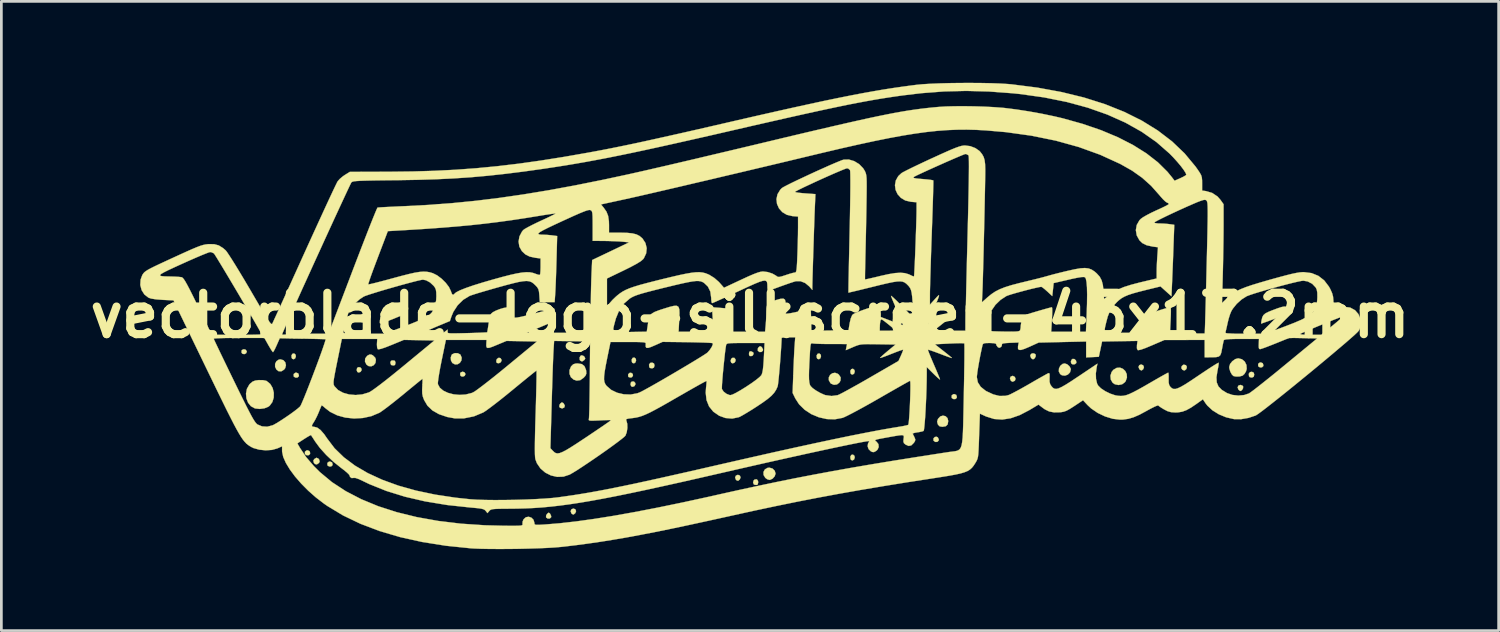
<source format=kicad_pcb>
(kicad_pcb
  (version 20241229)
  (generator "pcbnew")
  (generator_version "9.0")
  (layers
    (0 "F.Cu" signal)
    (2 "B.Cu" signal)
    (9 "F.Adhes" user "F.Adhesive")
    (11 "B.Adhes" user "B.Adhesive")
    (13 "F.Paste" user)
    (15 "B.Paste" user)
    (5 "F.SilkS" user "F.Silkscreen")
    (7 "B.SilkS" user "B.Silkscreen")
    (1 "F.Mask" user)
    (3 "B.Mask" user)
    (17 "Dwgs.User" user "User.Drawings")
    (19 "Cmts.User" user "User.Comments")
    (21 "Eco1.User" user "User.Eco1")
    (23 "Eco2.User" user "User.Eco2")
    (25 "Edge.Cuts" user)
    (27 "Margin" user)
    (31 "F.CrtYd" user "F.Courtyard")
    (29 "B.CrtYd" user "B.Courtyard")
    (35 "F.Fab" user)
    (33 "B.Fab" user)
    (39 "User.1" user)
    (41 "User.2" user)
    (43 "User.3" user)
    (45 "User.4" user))
  (footprint "vectorblade-logo-silkscreen-45x17.2mm"
    (layer "F.Cu")
    (at 24.573 8.567)
    (property "Reference" "vectorblade-logo-silkscreen-45x17.2mm" (at 0 0 0) (layer "F.SilkS") (effects (font (size 1.524 1.524) (thickness 0.3))))
    (attr through_hole)
    (fp_poly (pts (xy -16.738 1.444) (xy -16.726 1.505) (xy -16.75 1.579) (xy -16.802 1.614) (xy -16.857 1.6) (xy -16.881 1.564) (xy -16.889 1.477) (xy -16.854 1.414) (xy -16.792 1.399) (xy -16.738 1.444)) (stroke (width 0.01) (type solid)) (fill yes) (layer "F.SilkS"))
    (fp_poly (pts (xy -14.358 1.909) (xy -14.309 1.963) (xy -14.305 2.017) (xy -14.345 2.08) (xy -14.411 2.103) (xy -14.461 2.083) (xy -14.487 2.017) (xy -14.473 1.944) (xy -14.437 1.908) (xy -14.358 1.909)) (stroke (width 0.01) (type solid)) (fill yes) (layer "F.SilkS"))
    (fp_poly (pts (xy -6.432 7.141) (xy -6.406 7.208) (xy -6.435 7.282) (xy -6.498 7.333) (xy -6.555 7.314) (xy -6.581 7.286) (xy -6.607 7.21) (xy -6.577 7.141) (xy -6.505 7.112) (xy -6.432 7.141)) (stroke (width 0.01) (type solid)) (fill yes) (layer "F.SilkS"))
    (fp_poly (pts (xy -4.321 2.152) (xy -4.31 2.216) (xy -4.346 2.272) (xy -4.388 2.288) (xy -4.461 2.276) (xy -4.488 2.247) (xy -4.488 2.167) (xy -4.435 2.117) (xy -4.379 2.113) (xy -4.321 2.152)) (stroke (width 0.01) (type solid)) (fill yes) (layer "F.SilkS"))
    (fp_poly (pts (xy -4.273 2.436) (xy -4.224 2.49) (xy -4.221 2.544) (xy -4.26 2.607) (xy -4.327 2.63) (xy -4.376 2.61) (xy -4.402 2.544) (xy -4.388 2.47) (xy -4.352 2.435) (xy -4.273 2.436)) (stroke (width 0.01) (type solid)) (fill yes) (layer "F.SilkS"))
    (fp_poly (pts (xy -4.207 1.595) (xy -4.196 1.656) (xy -4.219 1.729) (xy -4.271 1.764) (xy -4.327 1.75) (xy -4.35 1.715) (xy -4.359 1.627) (xy -4.323 1.564) (xy -4.262 1.55) (xy -4.207 1.595)) (stroke (width 0.01) (type solid)) (fill yes) (layer "F.SilkS"))
    (fp_poly (pts (xy -3.536 1.77) (xy -3.518 1.844) (xy -3.539 1.921) (xy -3.603 1.95) (xy -3.683 1.936) (xy -3.711 1.903) (xy -3.719 1.81) (xy -3.674 1.749) (xy -3.603 1.738) (xy -3.536 1.77)) (stroke (width 0.01) (type solid)) (fill yes) (layer "F.SilkS"))
    (fp_poly (pts (xy -0.533 1.62) (xy -0.533 1.679) (xy -0.573 1.742) (xy -0.639 1.765) (xy -0.689 1.745) (xy -0.715 1.674) (xy -0.693 1.599) (xy -0.652 1.564) (xy -0.575 1.564) (xy -0.533 1.62)) (stroke (width 0.01) (type solid)) (fill yes) (layer "F.SilkS"))
    (fp_poly (pts (xy -0.373 5.899) (xy -0.347 5.966) (xy -0.377 6.04) (xy -0.439 6.091) (xy -0.497 6.072) (xy -0.523 6.044) (xy -0.549 5.968) (xy -0.519 5.9) (xy -0.446 5.87) (xy -0.373 5.899)) (stroke (width 0.01) (type solid)) (fill yes) (layer "F.SilkS"))
    (fp_poly (pts (xy 2.604 1.444) (xy 2.615 1.505) (xy 2.592 1.579) (xy 2.54 1.614) (xy 2.484 1.6) (xy 2.461 1.564) (xy 2.452 1.477) (xy 2.488 1.414) (xy 2.549 1.399) (xy 2.604 1.444)) (stroke (width 0.01) (type solid)) (fill yes) (layer "F.SilkS"))
    (fp_poly (pts (xy 3.846 2.009) (xy 3.857 2.07) (xy 3.834 2.143) (xy 3.781 2.178) (xy 3.726 2.164) (xy 3.702 2.129) (xy 3.694 2.041) (xy 3.73 1.978) (xy 3.791 1.964) (xy 3.846 2.009)) (stroke (width 0.01) (type solid)) (fill yes) (layer "F.SilkS"))
    (fp_poly (pts (xy 3.846 5.17) (xy 3.857 5.231) (xy 3.834 5.304) (xy 3.781 5.339) (xy 3.726 5.325) (xy 3.702 5.29) (xy 3.694 5.202) (xy 3.73 5.139) (xy 3.791 5.125) (xy 3.846 5.17)) (stroke (width 0.01) (type solid)) (fill yes) (layer "F.SilkS"))
    (fp_poly (pts (xy 14.479 1.836) (xy 14.509 1.904) (xy 14.483 1.98) (xy 14.423 2.028) (xy 14.365 2.005) (xy 14.337 1.976) (xy 14.308 1.898) (xy 14.336 1.832) (xy 14.407 1.806) (xy 14.479 1.836)) (stroke (width 0.01) (type solid)) (fill yes) (layer "F.SilkS"))
    (fp_poly (pts (xy 18.553 2.109) (xy 18.57 2.183) (xy 18.55 2.26) (xy 18.485 2.289) (xy 18.406 2.275) (xy 18.378 2.242) (xy 18.37 2.148) (xy 18.415 2.088) (xy 18.485 2.076) (xy 18.553 2.109)) (stroke (width 0.01) (type solid)) (fill yes) (layer "F.SilkS"))
    (fp_poly (pts (xy -18.571 1.265) (xy -18.533 1.325) (xy -18.533 1.336) (xy -18.562 1.398) (xy -18.627 1.426) (xy -18.694 1.412) (xy -18.726 1.374) (xy -18.727 1.301) (xy -18.711 1.273) (xy -18.641 1.244) (xy -18.571 1.265)) (stroke (width 0.01) (type solid)) (fill yes) (layer "F.SilkS"))
    (fp_poly (pts (xy -16.637 2.137) (xy -16.614 2.21) (xy -16.622 2.248) (xy -16.668 2.288) (xy -16.74 2.29) (xy -16.798 2.256) (xy -16.806 2.241) (xy -16.807 2.159) (xy -16.748 2.112) (xy -16.709 2.107) (xy -16.637 2.137)) (stroke (width 0.01) (type solid)) (fill yes) (layer "F.SilkS"))
    (fp_poly (pts (xy -16.223 4.997) (xy -16.2 5.07) (xy -16.208 5.108) (xy -16.255 5.148) (xy -16.326 5.15) (xy -16.384 5.115) (xy -16.392 5.101) (xy -16.393 5.019) (xy -16.334 4.972) (xy -16.295 4.967) (xy -16.223 4.997)) (stroke (width 0.01) (type solid)) (fill yes) (layer "F.SilkS"))
    (fp_poly (pts (xy -15.9 5.27) (xy -15.866 5.314) (xy -15.851 5.389) (xy -15.877 5.434) (xy -15.955 5.489) (xy -16.027 5.471) (xy -16.066 5.421) (xy -16.083 5.346) (xy -16.045 5.288) (xy -15.968 5.242) (xy -15.9 5.27)) (stroke (width 0.01) (type solid)) (fill yes) (layer "F.SilkS"))
    (fp_poly (pts (xy -15.395 5.411) (xy -15.372 5.484) (xy -15.38 5.522) (xy -15.427 5.562) (xy -15.498 5.564) (xy -15.556 5.529) (xy -15.564 5.515) (xy -15.566 5.433) (xy -15.507 5.386) (xy -15.468 5.381) (xy -15.395 5.411)) (stroke (width 0.01) (type solid)) (fill yes) (layer "F.SilkS"))
    (fp_poly (pts (xy -10.518 2.093) (xy -10.481 2.153) (xy -10.48 2.164) (xy -10.509 2.226) (xy -10.574 2.254) (xy -10.642 2.24) (xy -10.673 2.201) (xy -10.674 2.129) (xy -10.658 2.101) (xy -10.588 2.072) (xy -10.518 2.093)) (stroke (width 0.01) (type solid)) (fill yes) (layer "F.SilkS"))
    (fp_poly (pts (xy -9.189 1.573) (xy -9.152 1.634) (xy -9.151 1.67) (xy -9.188 1.733) (xy -9.253 1.762) (xy -9.318 1.751) (xy -9.344 1.718) (xy -9.341 1.645) (xy -9.319 1.601) (xy -9.254 1.559) (xy -9.189 1.573)) (stroke (width 0.01) (type solid)) (fill yes) (layer "F.SilkS"))
    (fp_poly (pts (xy 0.047 1.324) (xy 0.118 1.361) (xy 0.132 1.411) (xy 0.101 1.478) (xy 0.047 1.498) (xy -0.016 1.494) (xy -0.037 1.441) (xy -0.038 1.411) (xy -0.026 1.339) (xy 0.021 1.321) (xy 0.047 1.324)) (stroke (width 0.01) (type solid)) (fill yes) (layer "F.SilkS"))
    (fp_poly (pts (xy 0.295 6.095) (xy 0.301 6.155) (xy 0.281 6.229) (xy 0.232 6.247) (xy 0.16 6.234) (xy 0.138 6.221) (xy 0.113 6.153) (xy 0.133 6.078) (xy 0.173 6.043) (xy 0.253 6.037) (xy 0.295 6.095)) (stroke (width 0.01) (type solid)) (fill yes) (layer "F.SilkS"))
    (fp_poly (pts (xy 6.918 4.493) (xy 6.952 4.564) (xy 6.949 4.607) (xy 6.898 4.657) (xy 6.824 4.66) (xy 6.764 4.617) (xy 6.756 4.601) (xy 6.758 4.527) (xy 6.807 4.477) (xy 6.876 4.469) (xy 6.918 4.493)) (stroke (width 0.01) (type solid)) (fill yes) (layer "F.SilkS"))
    (fp_poly (pts (xy 7.596 2.927) (xy 7.619 3.001) (xy 7.611 3.039) (xy 7.565 3.079) (xy 7.493 3.081) (xy 7.435 3.046) (xy 7.427 3.031) (xy 7.426 2.949) (xy 7.485 2.902) (xy 7.524 2.897) (xy 7.596 2.927)) (stroke (width 0.01) (type solid)) (fill yes) (layer "F.SilkS"))
    (fp_poly (pts (xy 11.951 1.607) (xy 12.006 1.661) (xy 12.021 1.736) (xy 12.016 1.753) (xy 11.966 1.797) (xy 11.89 1.804) (xy 11.841 1.781) (xy 11.815 1.711) (xy 11.839 1.636) (xy 11.881 1.601) (xy 11.951 1.607)) (stroke (width 0.01) (type solid)) (fill yes) (layer "F.SilkS"))
    (fp_poly (pts (xy 18.885 1.76) (xy 18.908 1.834) (xy 18.9 1.872) (xy 18.854 1.912) (xy 18.782 1.914) (xy 18.724 1.879) (xy 18.716 1.864) (xy 18.715 1.783) (xy 18.774 1.736) (xy 18.813 1.731) (xy 18.885 1.76)) (stroke (width 0.01) (type solid)) (fill yes) (layer "F.SilkS"))
    (fp_poly (pts (xy -13.08 1.671) (xy -13.058 1.732) (xy -13.057 1.75) (xy -13.076 1.825) (xy -13.126 1.844) (xy -13.198 1.832) (xy -13.221 1.819) (xy -13.242 1.763) (xy -13.246 1.725) (xy -13.22 1.67) (xy -13.152 1.656) (xy -13.08 1.671)) (stroke (width 0.01) (type solid)) (fill yes) (layer "F.SilkS"))
    (fp_poly (pts (xy -7.382 7.282) (xy -7.357 7.313) (xy -7.324 7.389) (xy -7.326 7.436) (xy -7.375 7.48) (xy -7.448 7.482) (xy -7.507 7.443) (xy -7.513 7.429) (xy -7.507 7.359) (xy -7.472 7.307) (xy -7.42 7.265) (xy -7.382 7.282)) (stroke (width 0.01) (type solid)) (fill yes) (layer "F.SilkS"))
    (fp_poly (pts (xy -6.889 3.219) (xy -6.862 3.244) (xy -6.821 3.321) (xy -6.84 3.39) (xy -6.91 3.424) (xy -6.924 3.424) (xy -6.997 3.399) (xy -7.024 3.365) (xy -7.018 3.294) (xy -6.985 3.244) (xy -6.933 3.203) (xy -6.889 3.219)) (stroke (width 0.01) (type solid)) (fill yes) (layer "F.SilkS"))
    (fp_poly (pts (xy -6.129 1.494) (xy -6.096 1.524) (xy -6.068 1.584) (xy -6.096 1.637) (xy -6.161 1.685) (xy -6.196 1.693) (xy -6.254 1.663) (xy -6.271 1.637) (xy -6.277 1.552) (xy -6.242 1.486) (xy -6.196 1.468) (xy -6.129 1.494)) (stroke (width 0.01) (type solid)) (fill yes) (layer "F.SilkS"))
    (fp_poly (pts (xy 0.415 1.153) (xy 0.438 1.174) (xy 0.478 1.246) (xy 0.477 1.295) (xy 0.425 1.345) (xy 0.352 1.349) (xy 0.292 1.306) (xy 0.285 1.292) (xy 0.289 1.215) (xy 0.318 1.171) (xy 0.369 1.133) (xy 0.415 1.153)) (stroke (width 0.01) (type solid)) (fill yes) (layer "F.SilkS"))
    (fp_poly (pts (xy 9.685 2.228) (xy 9.752 2.265) (xy 9.78 2.333) (xy 9.758 2.398) (xy 9.74 2.413) (xy 9.671 2.443) (xy 9.619 2.416) (xy 9.6 2.394) (xy 9.573 2.318) (xy 9.601 2.253) (xy 9.671 2.226) (xy 9.685 2.228)) (stroke (width 0.01) (type solid)) (fill yes) (layer "F.SilkS"))
    (fp_poly (pts (xy 10.496 1.417) (xy 10.523 1.449) (xy 10.519 1.518) (xy 10.478 1.587) (xy 10.424 1.618) (xy 10.423 1.618) (xy 10.378 1.593) (xy 10.349 1.562) (xy 10.319 1.483) (xy 10.35 1.418) (xy 10.423 1.392) (xy 10.496 1.417)) (stroke (width 0.01) (type solid)) (fill yes) (layer "F.SilkS"))
    (fp_poly (pts (xy 16.054 1.832) (xy 16.09 1.893) (xy 16.072 1.969) (xy 16.064 1.98) (xy 16.009 2.027) (xy 15.949 2.014) (xy 15.923 1.999) (xy 15.885 1.94) (xy 15.899 1.869) (xy 15.955 1.82) (xy 15.979 1.814) (xy 16.054 1.832)) (stroke (width 0.01) (type solid)) (fill yes) (layer "F.SilkS"))
    (fp_poly (pts (xy 18.135 2.583) (xy 18.162 2.616) (xy 18.158 2.684) (xy 18.117 2.753) (xy 18.062 2.785) (xy 18.062 2.785) (xy 18.017 2.759) (xy 17.987 2.729) (xy 17.958 2.65) (xy 17.988 2.584) (xy 18.062 2.559) (xy 18.135 2.583)) (stroke (width 0.01) (type solid)) (fill yes) (layer "F.SilkS"))
    (fp_poly (pts (xy -17.186 1.649) (xy -17.116 1.727) (xy -17.091 1.832) (xy -17.119 1.941) (xy -17.159 1.994) (xy -17.263 2.06) (xy -17.366 2.053) (xy -17.436 2.001) (xy -17.491 1.895) (xy -17.491 1.783) (xy -17.442 1.687) (xy -17.354 1.627) (xy -17.294 1.618) (xy -17.186 1.649)) (stroke (width 0.01) (type solid)) (fill yes) (layer "F.SilkS"))
    (fp_poly (pts (xy -13.946 1.444) (xy -13.89 1.471) (xy -13.803 1.558) (xy -13.779 1.632) (xy -13.794 1.749) (xy -13.858 1.833) (xy -13.949 1.875) (xy -14.05 1.865) (xy -14.124 1.813) (xy -14.181 1.702) (xy -14.174 1.587) (xy -14.104 1.492) (xy -14.088 1.48) (xy -14.01 1.439) (xy -13.946 1.444)) (stroke (width 0.01) (type solid)) (fill yes) (layer "F.SilkS"))
    (fp_poly (pts (xy 0.828 5.639) (xy 0.911 5.722) (xy 0.941 5.826) (xy 0.909 5.924) (xy 0.833 6.01) (xy 0.738 6.056) (xy 0.715 6.058) (xy 0.633 6.033) (xy 0.564 5.983) (xy 0.499 5.876) (xy 0.496 5.766) (xy 0.547 5.672) (xy 0.645 5.615) (xy 0.712 5.607) (xy 0.828 5.639)) (stroke (width 0.01) (type solid)) (fill yes) (layer "F.SilkS"))
    (fp_poly (pts (xy 3.233 2.149) (xy 3.274 2.183) (xy 3.34 2.286) (xy 3.333 2.398) (xy 3.29 2.475) (xy 3.203 2.542) (xy 3.092 2.556) (xy 2.986 2.514) (xy 2.96 2.49) (xy 2.901 2.384) (xy 2.903 2.28) (xy 2.95 2.191) (xy 3.03 2.131) (xy 3.129 2.112) (xy 3.233 2.149)) (stroke (width 0.01) (type solid)) (fill yes) (layer "F.SilkS"))
    (fp_poly (pts (xy 11.68 1.799) (xy 11.764 1.872) (xy 11.812 1.96) (xy 11.816 1.986) (xy 11.785 2.098) (xy 11.706 2.179) (xy 11.601 2.218) (xy 11.491 2.206) (xy 11.423 2.161) (xy 11.373 2.065) (xy 11.379 1.955) (xy 11.429 1.854) (xy 11.514 1.785) (xy 11.59 1.769) (xy 11.68 1.799)) (stroke (width 0.01) (type solid)) (fill yes) (layer "F.SilkS"))
    (fp_poly (pts (xy -10.762 1.392) (xy -10.673 1.437) (xy -10.662 1.451) (xy -10.618 1.558) (xy -10.63 1.661) (xy -10.685 1.745) (xy -10.767 1.798) (xy -10.864 1.805) (xy -10.961 1.753) (xy -10.966 1.747) (xy -11.014 1.658) (xy -11.022 1.548) (xy -10.99 1.453) (xy -10.969 1.43) (xy -10.872 1.388) (xy -10.762 1.392)) (stroke (width 0.01) (type solid)) (fill yes) (layer "F.SilkS"))
    (fp_poly (pts (xy 7.202 3.712) (xy 7.273 3.781) (xy 7.3 3.888) (xy 7.28 4.012) (xy 7.212 4.08) (xy 7.089 4.102) (xy 7.085 4.102) (xy 6.986 4.086) (xy 6.928 4.029) (xy 6.915 4.004) (xy 6.891 3.913) (xy 6.917 3.826) (xy 6.927 3.806) (xy 7.008 3.72) (xy 7.106 3.69) (xy 7.202 3.712)) (stroke (width 0.01) (type solid)) (fill yes) (layer "F.SilkS"))
    (fp_poly (pts (xy 13.734 1.966) (xy 13.821 2.048) (xy 13.874 2.159) (xy 13.883 2.285) (xy 13.837 2.417) (xy 13.807 2.46) (xy 13.704 2.536) (xy 13.572 2.563) (xy 13.44 2.537) (xy 13.359 2.484) (xy 13.288 2.364) (xy 13.274 2.223) (xy 13.316 2.086) (xy 13.381 2.004) (xy 13.504 1.932) (xy 13.625 1.923) (xy 13.734 1.966)) (stroke (width 0.01) (type solid)) (fill yes) (layer "F.SilkS"))
    (fp_poly (pts (xy -6.195 1.792) (xy -6.098 1.867) (xy -6.042 2.001) (xy -6.033 2.044) (xy -6.028 2.141) (xy -6.058 2.217) (xy -6.126 2.294) (xy -6.252 2.384) (xy -6.382 2.401) (xy -6.496 2.364) (xy -6.596 2.278) (xy -6.648 2.154) (xy -6.648 2.014) (xy -6.593 1.882) (xy -6.582 1.868) (xy -6.511 1.8) (xy -6.42 1.772) (xy -6.344 1.769) (xy -6.195 1.792)) (stroke (width 0.01) (type solid)) (fill yes) (layer "F.SilkS"))
    (fp_poly (pts (xy 18.117 1.614) (xy 18.222 1.701) (xy 18.284 1.826) (xy 18.293 1.971) (xy 18.268 2.06) (xy 18.211 2.154) (xy 18.143 2.217) (xy 18.143 2.217) (xy 18.033 2.248) (xy 17.901 2.252) (xy 17.807 2.233) (xy 17.748 2.177) (xy 17.692 2.078) (xy 17.656 1.964) (xy 17.648 1.899) (xy 17.681 1.789) (xy 17.764 1.685) (xy 17.874 1.608) (xy 17.98 1.58) (xy 18.117 1.614)) (stroke (width 0.01) (type solid)) (fill yes) (layer "F.SilkS"))
    (fp_poly (pts (xy -17.941 2.383) (xy -17.822 2.407) (xy -17.8 2.417) (xy -17.669 2.524) (xy -17.582 2.673) (xy -17.539 2.846) (xy -17.542 3.024) (xy -17.591 3.189) (xy -17.689 3.323) (xy -17.738 3.361) (xy -17.883 3.421) (xy -18.058 3.444) (xy -18.227 3.426) (xy -18.239 3.422) (xy -18.383 3.343) (xy -18.487 3.214) (xy -18.548 3.054) (xy -18.563 2.879) (xy -18.529 2.704) (xy -18.442 2.548) (xy -18.406 2.509) (xy -18.316 2.435) (xy -18.214 2.397) (xy -18.093 2.382) (xy -17.941 2.383)) (stroke (width 0.01) (type solid)) (fill yes) (layer "F.SilkS"))
    (fp_poly (pts (xy -12.714 -0.312) (xy -12.704 -0.304) (xy -12.649 -0.219) (xy -12.663 -0.123) (xy -12.71 -0.065) (xy -12.763 -0.035) (xy -12.868 0.014) (xy -13.01 0.074) (xy -13.168 0.139) (xy -13.327 0.201) (xy -13.468 0.253) (xy -13.574 0.289) (xy -13.624 0.301) (xy -13.634 0.268) (xy -13.631 0.188) (xy -13.629 0.169) (xy -13.599 0.063) (xy -13.528 -0.028) (xy -13.408 -0.111) (xy -13.228 -0.192) (xy -13.088 -0.243) (xy -12.928 -0.295) (xy -12.823 -0.323) (xy -12.757 -0.327) (xy -12.714 -0.312)) (stroke (width 0.01) (type solid)) (fill yes) (layer "F.SilkS"))
    (fp_poly (pts (xy 19.734 -0.322) (xy 19.774 -0.293) (xy 19.792 -0.265) (xy 19.816 -0.193) (xy 19.799 -0.128) (xy 19.734 -0.065) (xy 19.616 0.003) (xy 19.435 0.08) (xy 19.286 0.137) (xy 19.117 0.199) (xy 18.975 0.25) (xy 18.874 0.286) (xy 18.829 0.301) (xy 18.828 0.301) (xy 18.826 0.269) (xy 18.838 0.19) (xy 18.84 0.179) (xy 18.867 0.068) (xy 18.909 -0.011) (xy 18.981 -0.074) (xy 19.098 -0.133) (xy 19.231 -0.187) (xy 19.431 -0.262) (xy 19.574 -0.308) (xy 19.671 -0.328) (xy 19.734 -0.322)) (stroke (width 0.01) (type solid)) (fill yes) (layer "F.SilkS"))
    (fp_poly (pts (xy 8.523 -8.559) (xy 8.887 -8.552) (xy 9.215 -8.54) (xy 9.494 -8.523) (xy 9.633 -8.511) (xy 10.582 -8.39) (xy 11.472 -8.227) (xy 12.303 -8.024) (xy 13.074 -7.78) (xy 13.784 -7.496) (xy 14.434 -7.172) (xy 15.021 -6.809) (xy 15.546 -6.407) (xy 16.007 -5.966) (xy 16.405 -5.487) (xy 16.47 -5.396) (xy 16.559 -5.265) (xy 16.613 -5.17) (xy 16.64 -5.083) (xy 16.65 -4.98) (xy 16.651 -4.867) (xy 16.651 -4.598) (xy 16.793 -4.579) (xy 17.021 -4.512) (xy 17.217 -4.381) (xy 17.328 -4.255) (xy 17.441 -4.095) (xy 17.441 -3.355) (xy 17.44 -3.108) (xy 17.437 -2.806) (xy 17.432 -2.469) (xy 17.426 -2.118) (xy 17.419 -1.773) (xy 17.413 -1.536) (xy 17.385 -0.457) (xy 17.567 -0.634) (xy 17.673 -0.73) (xy 17.785 -0.814) (xy 17.913 -0.892) (xy 18.067 -0.965) (xy 18.255 -1.04) (xy 18.486 -1.119) (xy 18.771 -1.206) (xy 19.119 -1.307) (xy 19.172 -1.322) (xy 19.492 -1.41) (xy 19.75 -1.479) (xy 19.955 -1.53) (xy 20.117 -1.564) (xy 20.245 -1.585) (xy 20.349 -1.594) (xy 20.395 -1.595) (xy 20.681 -1.559) (xy 20.933 -1.457) (xy 21.148 -1.289) (xy 21.323 -1.059) (xy 21.372 -0.97) (xy 21.438 -0.823) (xy 21.473 -0.694) (xy 21.486 -0.545) (xy 21.487 -0.47) (xy 21.487 -0.2) (xy 21.695 -0.27) (xy 21.912 -0.314) (xy 22.104 -0.289) (xy 22.279 -0.194) (xy 22.286 -0.189) (xy 22.408 -0.05) (xy 22.48 0.125) (xy 22.498 0.312) (xy 22.458 0.49) (xy 22.417 0.568) (xy 22.367 0.623) (xy 22.265 0.719) (xy 22.116 0.851) (xy 21.928 1.015) (xy 21.705 1.204) (xy 21.456 1.415) (xy 21.186 1.641) (xy 20.901 1.878) (xy 20.608 2.12) (xy 20.312 2.362) (xy 20.022 2.599) (xy 19.741 2.826) (xy 19.478 3.037) (xy 19.238 3.227) (xy 19.028 3.392) (xy 18.854 3.525) (xy 18.722 3.622) (xy 18.639 3.677) (xy 18.622 3.686) (xy 18.359 3.774) (xy 18.09 3.821) (xy 17.843 3.82) (xy 17.822 3.818) (xy 17.538 3.753) (xy 17.268 3.642) (xy 17.03 3.494) (xy 16.842 3.319) (xy 16.781 3.24) (xy 16.68 3.089) (xy 16.44 3.261) (xy 16.237 3.398) (xy 16.069 3.49) (xy 15.919 3.545) (xy 15.768 3.57) (xy 15.673 3.574) (xy 15.511 3.564) (xy 15.379 3.527) (xy 15.252 3.462) (xy 15.144 3.397) (xy 15.065 3.342) (xy 15.036 3.316) (xy 14.997 3.321) (xy 14.907 3.358) (xy 14.778 3.422) (xy 14.622 3.506) (xy 14.598 3.52) (xy 14.343 3.657) (xy 14.127 3.751) (xy 13.933 3.808) (xy 13.741 3.835) (xy 13.627 3.838) (xy 13.36 3.807) (xy 13.079 3.721) (xy 12.806 3.591) (xy 12.563 3.425) (xy 12.436 3.307) (xy 12.265 3.124) (xy 11.945 3.337) (xy 11.784 3.44) (xy 11.662 3.507) (xy 11.559 3.545) (xy 11.453 3.564) (xy 11.421 3.567) (xy 11.198 3.571) (xy 11.019 3.537) (xy 10.859 3.459) (xy 10.789 3.409) (xy 10.625 3.285) (xy 10.289 3.486) (xy 9.934 3.671) (xy 9.602 3.787) (xy 9.289 3.835) (xy 8.991 3.814) (xy 8.704 3.725) (xy 8.674 3.712) (xy 8.467 3.617) (xy 8.463 3.699) (xy 8.461 3.761) (xy 8.457 3.886) (xy 8.451 4.059) (xy 8.443 4.268) (xy 8.435 4.5) (xy 8.435 4.519) (xy 8.426 4.772) (xy 8.417 4.962) (xy 8.408 5.102) (xy 8.396 5.203) (xy 8.378 5.277) (xy 8.354 5.338) (xy 8.322 5.397) (xy 8.296 5.44) (xy 8.235 5.534) (xy 8.173 5.611) (xy 8.102 5.675) (xy 8.013 5.73) (xy 7.898 5.777) (xy 7.749 5.821) (xy 7.557 5.863) (xy 7.314 5.907) (xy 7.011 5.956) (xy 6.717 6.002) (xy 5.783 6.146) (xy 4.911 6.287) (xy 4.084 6.426) (xy 3.29 6.566) (xy 2.515 6.71) (xy 1.743 6.86) (xy 0.961 7.02) (xy 0.154 7.191) (xy -0.691 7.377) (xy -0.771 7.395) (xy -1.542 7.565) (xy -2.247 7.718) (xy -2.894 7.855) (xy -3.49 7.976) (xy -4.042 8.083) (xy -4.558 8.179) (xy -5.045 8.262) (xy -5.511 8.337) (xy -5.962 8.402) (xy -6.405 8.461) (xy -6.85 8.514) (xy -6.961 8.526) (xy -7.18 8.545) (xy -7.459 8.562) (xy -7.785 8.576) (xy -8.143 8.587) (xy -8.52 8.596) (xy -8.9 8.601) (xy -9.27 8.602) (xy -9.615 8.6) (xy -9.921 8.594) (xy -10.174 8.584) (xy -10.273 8.578) (xy -11.199 8.483) (xy -12.071 8.345) (xy -12.888 8.164) (xy -13.647 7.94) (xy -14.347 7.674) (xy -14.987 7.367) (xy -15.566 7.018) (xy -15.69 6.932) (xy -15.989 6.703) (xy -16.27 6.455) (xy -16.528 6.195) (xy -16.756 5.933) (xy -16.946 5.676) (xy -17.094 5.433) (xy -17.192 5.211) (xy -17.233 5.019) (xy -17.234 4.989) (xy -17.234 4.821) (xy -17.41 4.898) (xy -17.607 4.953) (xy -17.838 4.968) (xy -18.074 4.945) (xy -18.286 4.885) (xy -18.372 4.843) (xy -18.437 4.804) (xy -18.497 4.762) (xy -18.553 4.713) (xy -16.671 4.713) (xy -16.57 4.887) (xy -16.347 5.219) (xy -16.06 5.553) (xy -15.841 5.771) (xy -15.397 6.14) (xy -14.889 6.472) (xy -14.32 6.768) (xy -13.693 7.027) (xy -13.009 7.247) (xy -12.272 7.428) (xy -11.484 7.569) (xy -10.647 7.67) (xy -9.765 7.729) (xy -9.082 7.746) (xy -8.832 7.748) (xy -8.649 7.748) (xy -8.521 7.745) (xy -8.44 7.739) (xy -8.395 7.727) (xy -8.378 7.711) (xy -8.378 7.688) (xy -8.38 7.677) (xy -8.375 7.591) (xy -8.338 7.507) (xy -8.253 7.432) (xy -8.151 7.415) (xy -8.051 7.449) (xy -7.974 7.526) (xy -7.94 7.64) (xy -7.94 7.653) (xy -7.935 7.685) (xy -7.913 7.705) (xy -7.858 7.713) (xy -7.759 7.712) (xy -7.602 7.703) (xy -7.554 7.7) (xy -7.008 7.655) (xy -6.405 7.587) (xy -5.744 7.495) (xy -5.022 7.38) (xy -4.238 7.24) (xy -3.39 7.076) (xy -2.476 6.887) (xy -1.493 6.673) (xy -1.185 6.603) (xy -0.448 6.439) (xy 0.262 6.285) (xy 0.954 6.14) (xy 1.639 6.001) (xy 2.327 5.868) (xy 3.026 5.738) (xy 3.748 5.609) (xy 4.502 5.48) (xy 5.299 5.349) (xy 6.147 5.214) (xy 7.057 5.072) (xy 7.332 5.03) (xy 7.441 5.016) (xy 7.533 5.005) (xy 7.61 4.99) (xy 7.672 4.966) (xy 7.723 4.928) (xy 7.762 4.868) (xy 7.792 4.781) (xy 7.814 4.66) (xy 7.831 4.5) (xy 7.842 4.295) (xy 7.851 4.038) (xy 7.858 3.724) (xy 7.866 3.346) (xy 7.874 2.94) (xy 7.881 2.57) (xy 7.887 2.276) (xy 8.354 2.276) (xy 8.39 2.464) (xy 8.497 2.63) (xy 8.673 2.771) (xy 8.712 2.794) (xy 8.963 2.91) (xy 9.188 2.966) (xy 9.401 2.962) (xy 9.512 2.937) (xy 9.583 2.908) (xy 9.705 2.846) (xy 9.868 2.76) (xy 10.059 2.654) (xy 10.265 2.537) (xy 10.284 2.526) (xy 10.485 2.409) (xy 10.667 2.305) (xy 10.819 2.22) (xy 10.928 2.159) (xy 10.985 2.129) (xy 10.988 2.128) (xy 11.02 2.128) (xy 11.034 2.169) (xy 11.034 2.267) (xy 11.032 2.305) (xy 11.032 2.442) (xy 11.056 2.537) (xy 11.101 2.606) (xy 11.153 2.664) (xy 11.208 2.698) (xy 11.275 2.707) (xy 11.362 2.688) (xy 11.477 2.636) (xy 11.627 2.551) (xy 11.822 2.428) (xy 12.068 2.264) (xy 12.101 2.243) (xy 12.796 1.776) (xy 12.767 1.913) (xy 12.737 2.134) (xy 12.743 2.338) (xy 12.781 2.505) (xy 12.82 2.581) (xy 12.927 2.687) (xy 13.084 2.791) (xy 13.267 2.88) (xy 13.451 2.942) (xy 13.557 2.96) (xy 13.656 2.966) (xy 13.75 2.96) (xy 13.85 2.939) (xy 13.965 2.897) (xy 14.107 2.831) (xy 14.285 2.738) (xy 14.51 2.612) (xy 14.721 2.49) (xy 14.922 2.374) (xy 15.1 2.272) (xy 15.246 2.19) (xy 15.349 2.134) (xy 15.4 2.108) (xy 15.403 2.107) (xy 15.414 2.141) (xy 15.419 2.23) (xy 15.418 2.329) (xy 15.419 2.472) (xy 15.439 2.565) (xy 15.481 2.63) (xy 15.534 2.679) (xy 15.593 2.707) (xy 15.664 2.709) (xy 15.755 2.683) (xy 15.876 2.626) (xy 16.033 2.535) (xy 16.234 2.405) (xy 16.487 2.235) (xy 16.515 2.216) (xy 16.721 2.078) (xy 16.905 1.956) (xy 17.06 1.856) (xy 17.176 1.785) (xy 17.245 1.747) (xy 17.259 1.743) (xy 17.261 1.786) (xy 17.247 1.884) (xy 17.222 2.015) (xy 17.216 2.043) (xy 17.179 2.279) (xy 17.189 2.465) (xy 17.252 2.615) (xy 17.374 2.741) (xy 17.561 2.856) (xy 17.573 2.862) (xy 17.765 2.928) (xy 17.983 2.952) (xy 18.198 2.933) (xy 18.376 2.874) (xy 18.436 2.833) (xy 18.547 2.751) (xy 18.702 2.631) (xy 18.893 2.48) (xy 19.114 2.304) (xy 19.358 2.107) (xy 19.616 1.895) (xy 19.705 1.822) (xy 20.889 0.847) (xy 20.377 0.836) (xy 19.865 0.826) (xy 19.351 1.034) (xy 19.166 1.107) (xy 19.004 1.17) (xy 18.878 1.215) (xy 18.802 1.239) (xy 18.789 1.242) (xy 18.756 1.234) (xy 18.739 1.198) (xy 18.735 1.118) (xy 18.739 1.007) (xy 18.745 0.865) (xy 18.107 0.865) (xy 17.856 0.867) (xy 17.672 0.872) (xy 17.548 0.881) (xy 17.477 0.895) (xy 17.45 0.913) (xy 17.435 0.971) (xy 17.412 1.081) (xy 17.386 1.219) (xy 17.384 1.229) (xy 17.356 1.373) (xy 17.321 1.464) (xy 17.264 1.514) (xy 17.169 1.536) (xy 17.019 1.542) (xy 16.962 1.542) (xy 16.745 1.543) (xy 16.745 0.903) (xy 16.002 0.904) (xy 15.259 0.906) (xy 14.789 1.108) (xy 14.563 1.202) (xy 14.402 1.259) (xy 14.305 1.28) (xy 14.275 1.275) (xy 14.249 1.211) (xy 14.251 1.098) (xy 14.252 1.089) (xy 14.272 0.939) (xy 12.967 0.96) (xy 12.907 1.242) (xy 12.847 1.524) (xy 12.38 1.546) (xy 12.38 0.96) (xy 11.505 0.98) (xy 10.63 1) (xy 10.292 1.154) (xy 10.108 1.232) (xy 9.982 1.271) (xy 9.905 1.269) (xy 9.87 1.227) (xy 9.87 1.142) (xy 9.875 1.112) (xy 9.897 0.997) (xy 9.579 1.009) (xy 9.417 1.019) (xy 9.32 1.033) (xy 9.28 1.053) (xy 9.28 1.069) (xy 9.269 1.129) (xy 9.24 1.165) (xy 9.179 1.194) (xy 9.125 1.167) (xy 9.077 1.102) (xy 9.069 1.068) (xy 9.048 1.038) (xy 8.976 1.022) (xy 8.843 1.016) (xy 8.825 1.016) (xy 8.692 1.018) (xy 8.616 1.03) (xy 8.578 1.056) (xy 8.561 1.101) (xy 8.519 1.292) (xy 8.475 1.504) (xy 8.435 1.721) (xy 8.399 1.926) (xy 8.372 2.1) (xy 8.357 2.229) (xy 8.354 2.276) (xy 7.887 2.276) (xy 7.887 2.224) (xy 7.892 1.907) (xy 7.896 1.629) (xy 7.897 1.395) (xy 7.898 1.213) (xy 7.896 1.09) (xy 7.893 1.034) (xy 7.892 1.031) (xy 7.848 1.025) (xy 7.744 1.023) (xy 7.592 1.026) (xy 7.408 1.033) (xy 7.34 1.036) (xy 6.809 1.063) (xy 7.127 1.312) (xy 7.256 1.414) (xy 7.358 1.497) (xy 7.421 1.552) (xy 7.436 1.57) (xy 7.4 1.56) (xy 7.307 1.529) (xy 7.172 1.48) (xy 7.008 1.418) (xy 6.997 1.413) (xy 6.831 1.351) (xy 6.692 1.302) (xy 6.595 1.27) (xy 6.553 1.262) (xy 6.553 1.262) (xy 6.562 1.299) (xy 6.597 1.393) (xy 6.653 1.532) (xy 6.725 1.703) (xy 6.769 1.805) (xy 6.849 1.99) (xy 6.916 2.15) (xy 6.967 2.273) (xy 6.995 2.347) (xy 6.999 2.361) (xy 6.975 2.348) (xy 6.909 2.292) (xy 6.814 2.203) (xy 6.755 2.145) (xy 6.51 1.902) (xy 6.509 2.184) (xy 6.506 2.423) (xy 6.5 2.684) (xy 6.491 2.955) (xy 6.479 3.226) (xy 6.466 3.487) (xy 6.452 3.726) (xy 6.436 3.933) (xy 6.421 4.097) (xy 6.407 4.207) (xy 6.394 4.254) (xy 6.393 4.254) (xy 6.332 4.275) (xy 6.227 4.297) (xy 6.164 4.306) (xy 6.06 4.325) (xy 5.999 4.346) (xy 5.991 4.357) (xy 6.016 4.407) (xy 6.057 4.488) (xy 6.088 4.568) (xy 6.075 4.631) (xy 6.033 4.695) (xy 5.939 4.787) (xy 5.843 4.807) (xy 5.732 4.759) (xy 5.669 4.706) (xy 5.649 4.641) (xy 5.655 4.549) (xy 5.664 4.485) (xy 5.662 4.441) (xy 5.639 4.416) (xy 5.584 4.408) (xy 5.488 4.418) (xy 5.338 4.442) (xy 5.125 4.48) (xy 5.121 4.481) (xy 4.907 4.52) (xy 4.757 4.548) (xy 4.664 4.57) (xy 4.617 4.588) (xy 4.608 4.607) (xy 4.628 4.628) (xy 4.66 4.651) (xy 4.729 4.739) (xy 4.74 4.847) (xy 4.693 4.948) (xy 4.643 4.992) (xy 4.565 5.034) (xy 4.501 5.029) (xy 4.445 5.001) (xy 4.366 4.922) (xy 4.331 4.816) (xy 4.348 4.712) (xy 4.367 4.683) (xy 4.392 4.638) (xy 4.368 4.628) (xy 4.294 4.637) (xy 4.151 4.661) (xy 3.946 4.7) (xy 3.682 4.753) (xy 3.364 4.819) (xy 2.999 4.896) (xy 2.59 4.984) (xy 2.143 5.081) (xy 1.663 5.187) (xy 1.155 5.3) (xy 0.623 5.419) (xy 0.073 5.544) (xy -0.489 5.672) (xy -0.937 5.775) (xy -1.758 5.963) (xy -2.51 6.134) (xy -3.199 6.287) (xy -3.83 6.425) (xy -4.406 6.547) (xy -4.934 6.655) (xy -5.418 6.749) (xy -5.863 6.83) (xy -6.272 6.899) (xy -6.653 6.957) (xy -7.008 7.004) (xy -7.343 7.042) (xy -7.663 7.072) (xy -7.972 7.093) (xy -8.276 7.107) (xy -8.579 7.115) (xy -8.803 7.118) (xy -9.055 7.119) (xy -9.243 7.122) (xy -9.378 7.127) (xy -9.469 7.135) (xy -9.529 7.148) (xy -9.567 7.167) (xy -9.595 7.193) (xy -9.602 7.201) (xy -9.67 7.281) (xy -9.736 7.198) (xy -9.771 7.163) (xy -9.822 7.137) (xy -9.9 7.117) (xy -10.021 7.1) (xy -10.197 7.083) (xy -10.292 7.075) (xy -11.157 6.982) (xy -11.964 6.849) (xy -12.71 6.676) (xy -13.394 6.464) (xy -14.016 6.214) (xy -14.227 6.113) (xy -14.413 6.026) (xy -14.538 5.984) (xy -14.602 5.984) (xy -14.671 5.991) (xy -14.731 5.947) (xy -14.751 5.889) (xy -14.78 5.848) (xy -14.857 5.776) (xy -14.97 5.684) (xy -15.061 5.615) (xy -15.341 5.391) (xy -15.607 5.14) (xy -15.84 4.882) (xy -16.013 4.647) (xy -16.086 4.534) (xy -16.142 4.449) (xy -16.168 4.408) (xy -16.169 4.407) (xy -16.202 4.419) (xy -16.283 4.464) (xy -16.394 4.533) (xy -16.425 4.553) (xy -16.671 4.713) (xy -18.553 4.713) (xy -18.555 4.712) (xy -18.613 4.651) (xy -18.676 4.573) (xy -18.744 4.474) (xy -18.821 4.348) (xy -18.91 4.191) (xy -19.013 3.999) (xy -19.132 3.766) (xy -19.272 3.489) (xy -19.433 3.161) (xy -19.62 2.779) (xy -19.834 2.338) (xy -20.034 1.926) (xy -20.552 0.856) (xy -19.753 0.856) (xy -19.737 0.895) (xy -19.691 0.994) (xy -19.618 1.147) (xy -19.523 1.347) (xy -19.407 1.587) (xy -19.275 1.86) (xy -19.13 2.159) (xy -19.009 2.408) (xy -18.829 2.777) (xy -18.677 3.084) (xy -18.552 3.336) (xy -18.449 3.537) (xy -18.366 3.694) (xy -18.299 3.812) (xy -18.245 3.898) (xy -18.201 3.958) (xy -18.164 3.998) (xy -18.14 4.016) (xy -17.974 4.086) (xy -17.783 4.098) (xy -17.685 4.074) (xy -16.137 4.074) (xy -16.109 4.098) (xy -16.058 4.102) (xy -15.941 4.131) (xy -15.818 4.22) (xy -15.684 4.374) (xy -15.577 4.529) (xy -15.302 4.891) (xy -14.958 5.226) (xy -14.549 5.532) (xy -14.077 5.808) (xy -13.543 6.054) (xy -12.951 6.269) (xy -12.302 6.451) (xy -11.599 6.599) (xy -10.845 6.713) (xy -10.292 6.772) (xy -10.05 6.787) (xy -9.75 6.796) (xy -9.406 6.8) (xy -9.034 6.798) (xy -8.648 6.792) (xy -8.264 6.781) (xy -7.897 6.765) (xy -7.561 6.746) (xy -7.273 6.723) (xy -7.074 6.701) (xy -6.791 6.661) (xy -6.513 6.621) (xy -6.235 6.577) (xy -5.952 6.53) (xy -5.657 6.477) (xy -5.346 6.419) (xy -5.011 6.353) (xy -4.648 6.279) (xy -4.25 6.196) (xy -3.813 6.101) (xy -3.33 5.995) (xy -2.796 5.875) (xy -2.204 5.742) (xy -1.55 5.592) (xy -0.96 5.457) (xy -0.012 5.241) (xy 0.865 5.043) (xy 1.673 4.864) (xy 2.414 4.703) (xy 3.091 4.559) (xy 3.704 4.432) (xy 4.256 4.323) (xy 4.748 4.229) (xy 5.184 4.152) (xy 5.499 4.1) (xy 5.641 4.076) (xy 5.756 4.051) (xy 5.822 4.033) (xy 5.826 4.03) (xy 5.839 3.988) (xy 5.852 3.885) (xy 5.864 3.735) (xy 5.876 3.551) (xy 5.887 3.346) (xy 5.896 3.133) (xy 5.903 2.925) (xy 5.907 2.736) (xy 5.908 2.578) (xy 5.905 2.466) (xy 5.897 2.411) (xy 5.894 2.408) (xy 5.856 2.426) (xy 5.761 2.478) (xy 5.617 2.559) (xy 5.43 2.665) (xy 5.209 2.791) (xy 4.961 2.933) (xy 4.75 3.055) (xy 4.475 3.212) (xy 4.212 3.359) (xy 3.969 3.492) (xy 3.756 3.605) (xy 3.582 3.694) (xy 3.457 3.753) (xy 3.405 3.773) (xy 3.124 3.826) (xy 2.829 3.817) (xy 2.537 3.752) (xy 2.259 3.636) (xy 2.012 3.474) (xy 1.807 3.273) (xy 1.67 3.061) (xy 1.569 2.854) (xy 1.592 2.209) (xy 2.17 2.209) (xy 2.173 2.358) (xy 2.184 2.466) (xy 2.202 2.543) (xy 2.228 2.598) (xy 2.23 2.6) (xy 2.307 2.678) (xy 2.431 2.766) (xy 2.579 2.851) (xy 2.725 2.918) (xy 2.778 2.936) (xy 3.006 2.968) (xy 3.229 2.937) (xy 3.291 2.91) (xy 3.41 2.85) (xy 3.575 2.761) (xy 3.779 2.648) (xy 4.013 2.518) (xy 4.267 2.373) (xy 4.41 2.29) (xy 5.467 1.679) (xy 5.56 1.477) (xy 5.607 1.367) (xy 5.635 1.289) (xy 5.639 1.262) (xy 5.601 1.27) (xy 5.508 1.301) (xy 5.373 1.352) (xy 5.214 1.414) (xy 5.053 1.478) (xy 4.919 1.528) (xy 4.827 1.559) (xy 4.79 1.567) (xy 4.812 1.539) (xy 4.88 1.475) (xy 4.984 1.385) (xy 5.069 1.313) (xy 5.36 1.072) (xy 4.712 1.062) (xy 4.477 1.059) (xy 4.302 1.058) (xy 4.173 1.062) (xy 4.074 1.072) (xy 3.992 1.091) (xy 3.911 1.118) (xy 3.816 1.157) (xy 3.796 1.166) (xy 3.528 1.28) (xy 3.55 1.167) (xy 3.573 1.054) (xy 2.981 1.053) (xy 2.772 1.052) (xy 2.584 1.048) (xy 2.434 1.042) (xy 2.335 1.035) (xy 2.309 1.031) (xy 2.274 1.025) (xy 2.25 1.038) (xy 2.233 1.081) (xy 2.221 1.168) (xy 2.21 1.309) (xy 2.203 1.436) (xy 2.185 1.757) (xy 2.174 2.012) (xy 2.17 2.209) (xy 1.592 2.209) (xy 1.594 2.133) (xy 1.604 1.882) (xy 1.615 1.634) (xy 1.625 1.408) (xy 1.635 1.221) (xy 1.643 1.109) (xy 1.665 0.807) (xy 1.416 0.808) (xy 1.29 0.811) (xy 1.2 0.818) (xy 1.166 0.828) (xy 1.155 1.044) (xy 1.14 1.285) (xy 1.122 1.538) (xy 1.103 1.79) (xy 1.082 2.03) (xy 1.063 2.245) (xy 1.044 2.423) (xy 1.029 2.551) (xy 1.016 2.616) (xy 1.016 2.617) (xy 0.961 2.739) (xy 0.889 2.85) (xy 0.789 2.959) (xy 0.652 3.076) (xy 0.467 3.21) (xy 0.25 3.355) (xy 0.063 3.475) (xy -0.112 3.582) (xy -0.261 3.67) (xy -0.37 3.73) (xy -0.414 3.749) (xy -0.656 3.799) (xy -0.905 3.778) (xy -1.133 3.696) (xy -1.353 3.544) (xy -1.509 3.351) (xy -1.602 3.118) (xy -1.632 2.844) (xy -1.62 2.672) (xy -1.618 2.652) (xy -1.036 2.652) (xy -1.035 2.709) (xy -1.035 2.71) (xy -0.972 2.807) (xy -0.866 2.888) (xy -0.749 2.933) (xy -0.718 2.935) (xy -0.645 2.914) (xy -0.52 2.853) (xy -0.351 2.757) (xy -0.149 2.632) (xy -0.131 2.62) (xy 0.067 2.488) (xy 0.231 2.369) (xy 0.35 2.272) (xy 0.416 2.203) (xy 0.42 2.197) (xy 0.449 2.123) (xy 0.473 2.007) (xy 0.491 1.839) (xy 0.507 1.609) (xy 0.51 1.552) (xy 0.536 1.016) (xy -0.164 1.016) (xy -0.409 1.016) (xy -0.589 1.018) (xy -0.715 1.022) (xy -0.797 1.029) (xy -0.844 1.042) (xy -0.868 1.061) (xy -0.879 1.087) (xy -0.882 1.101) (xy -0.898 1.198) (xy -0.918 1.346) (xy -0.939 1.531) (xy -0.961 1.741) (xy -0.983 1.959) (xy -1.003 2.174) (xy -1.019 2.37) (xy -1.031 2.534) (xy -1.036 2.652) (xy -1.618 2.652) (xy -1.607 2.545) (xy -1.6 2.452) (xy -1.603 2.413) (xy -1.637 2.428) (xy -1.729 2.476) (xy -1.87 2.553) (xy -2.053 2.656) (xy -2.27 2.779) (xy -2.513 2.919) (xy -2.68 3.014) (xy -3.007 3.203) (xy -3.279 3.357) (xy -3.503 3.479) (xy -3.687 3.575) (xy -3.84 3.647) (xy -3.971 3.7) (xy -4.088 3.737) (xy -4.198 3.762) (xy -4.311 3.779) (xy -4.355 3.784) (xy -4.481 3.8) (xy -4.547 3.817) (xy -4.565 3.842) (xy -4.552 3.878) (xy -4.521 3.993) (xy -4.517 4.145) (xy -4.54 4.299) (xy -4.586 4.424) (xy -4.588 4.427) (xy -4.636 4.476) (xy -4.737 4.558) (xy -4.882 4.669) (xy -5.062 4.802) (xy -5.267 4.95) (xy -5.489 5.106) (xy -5.717 5.264) (xy -5.942 5.417) (xy -6.156 5.56) (xy -6.347 5.685) (xy -6.508 5.785) (xy -6.629 5.855) (xy -6.65 5.865) (xy -6.872 5.938) (xy -7.104 5.946) (xy -7.331 5.894) (xy -7.54 5.789) (xy -7.717 5.637) (xy -7.849 5.444) (xy -7.905 5.296) (xy -7.915 5.228) (xy -7.922 5.111) (xy -7.924 4.94) (xy -7.924 4.891) (xy -7.352 4.891) (xy -7.263 4.985) (xy -7.209 5.037) (xy -7.155 5.07) (xy -7.092 5.083) (xy -7.014 5.071) (xy -6.913 5.033) (xy -6.781 4.966) (xy -6.613 4.865) (xy -6.4 4.729) (xy -6.135 4.554) (xy -6.02 4.478) (xy -5.79 4.323) (xy -5.581 4.182) (xy -5.401 4.06) (xy -5.26 3.962) (xy -5.163 3.894) (xy -5.119 3.861) (xy -5.118 3.859) (xy -5.153 3.855) (xy -5.248 3.855) (xy -5.388 3.859) (xy -5.536 3.866) (xy -5.718 3.874) (xy -5.836 3.877) (xy -5.904 3.872) (xy -5.934 3.858) (xy -5.938 3.833) (xy -5.934 3.816) (xy -5.929 3.763) (xy -5.924 3.643) (xy -5.918 3.467) (xy -5.913 3.241) (xy -5.909 2.976) (xy -5.905 2.679) (xy -5.901 2.361) (xy -5.901 2.356) (xy -5.376 2.356) (xy -5.362 2.451) (xy -5.331 2.527) (xy -5.283 2.594) (xy -5.282 2.595) (xy -5.112 2.743) (xy -4.896 2.847) (xy -4.652 2.905) (xy -4.398 2.914) (xy -4.152 2.868) (xy -4.072 2.839) (xy -3.989 2.799) (xy -3.855 2.727) (xy -3.678 2.629) (xy -3.468 2.51) (xy -3.234 2.376) (xy -2.985 2.231) (xy -2.731 2.082) (xy -2.479 1.933) (xy -2.241 1.791) (xy -2.024 1.66) (xy -1.838 1.546) (xy -1.692 1.454) (xy -1.596 1.39) (xy -1.562 1.363) (xy -1.478 1.265) (xy -1.411 1.163) (xy -1.372 1.075) (xy -1.373 1.023) (xy -1.374 1.022) (xy -1.417 1.015) (xy -1.524 1.007) (xy -1.686 1) (xy -1.891 0.994) (xy -2.129 0.988) (xy -2.309 0.985) (xy -3.219 0.974) (xy -3.476 1.089) (xy -3.641 1.16) (xy -3.751 1.196) (xy -3.814 1.195) (xy -3.841 1.156) (xy -3.843 1.077) (xy -3.84 1.044) (xy -3.843 1.02) (xy -3.864 1.003) (xy -3.914 0.991) (xy -4.003 0.984) (xy -4.14 0.98) (xy -4.337 0.979) (xy -4.486 0.978) (xy -5.138 0.978) (xy -5.26 1.571) (xy -5.315 1.85) (xy -5.353 2.067) (xy -5.373 2.232) (xy -5.376 2.356) (xy -5.901 2.356) (xy -5.901 2.352) (xy -5.889 0.96) (xy -6.552 0.949) (xy -7.215 0.939) (xy -7.238 1.307) (xy -7.244 1.425) (xy -7.252 1.608) (xy -7.261 1.845) (xy -7.271 2.127) (xy -7.281 2.444) (xy -7.292 2.784) (xy -7.302 3.139) (xy -7.306 3.283) (xy -7.352 4.891) (xy -7.924 4.891) (xy -7.923 4.712) (xy -7.918 4.421) (xy -7.91 4.065) (xy -7.897 3.638) (xy -7.895 3.59) (xy -7.885 3.255) (xy -7.877 2.946) (xy -7.87 2.669) (xy -7.865 2.432) (xy -7.862 2.243) (xy -7.862 2.11) (xy -7.863 2.04) (xy -7.865 2.032) (xy -7.898 2.055) (xy -7.981 2.12) (xy -8.108 2.222) (xy -8.271 2.354) (xy -8.462 2.51) (xy -8.675 2.685) (xy -8.749 2.746) (xy -8.979 2.934) (xy -9.2 3.111) (xy -9.403 3.269) (xy -9.58 3.403) (xy -9.719 3.505) (xy -9.812 3.566) (xy -9.824 3.573) (xy -10.168 3.717) (xy -10.525 3.789) (xy -10.885 3.789) (xy -11.149 3.741) (xy -11.456 3.637) (xy -11.698 3.499) (xy -11.88 3.324) (xy -12.003 3.116) (xy -12.049 2.995) (xy -12.072 2.88) (xy -12.076 2.742) (xy -12.071 2.626) (xy -12.064 2.489) (xy -12.063 2.466) (xy -11.495 2.466) (xy -11.495 2.532) (xy -11.425 2.662) (xy -11.297 2.77) (xy -11.124 2.852) (xy -10.92 2.906) (xy -10.699 2.927) (xy -10.474 2.913) (xy -10.261 2.86) (xy -10.198 2.834) (xy -10.13 2.794) (xy -10.013 2.71) (xy -9.853 2.59) (xy -9.659 2.44) (xy -9.437 2.265) (xy -9.196 2.071) (xy -8.943 1.864) (xy -8.938 1.859) (xy -7.847 0.96) (xy -8.969 0.939) (xy -9.286 1.071) (xy -9.467 1.146) (xy -9.589 1.189) (xy -9.664 1.199) (xy -9.702 1.174) (xy -9.714 1.113) (xy -9.71 1.014) (xy -9.71 1.007) (xy -9.703 0.903) (xy -11.201 0.903) (xy -11.36 1.67) (xy -11.411 1.927) (xy -11.451 2.153) (xy -11.48 2.336) (xy -11.495 2.466) (xy -12.063 2.466) (xy -12.061 2.386) (xy -12.062 2.335) (xy -12.063 2.333) (xy -12.093 2.356) (xy -12.173 2.42) (xy -12.295 2.519) (xy -12.451 2.647) (xy -12.633 2.796) (xy -12.77 2.91) (xy -12.977 3.078) (xy -13.176 3.236) (xy -13.355 3.375) (xy -13.505 3.486) (xy -13.613 3.562) (xy -13.652 3.586) (xy -13.944 3.709) (xy -14.259 3.778) (xy -14.583 3.796) (xy -14.902 3.763) (xy -15.201 3.681) (xy -15.467 3.55) (xy -15.644 3.413) (xy -15.719 3.347) (xy -15.769 3.314) (xy -15.779 3.314) (xy -15.798 3.355) (xy -15.836 3.446) (xy -15.88 3.556) (xy -15.943 3.701) (xy -16.012 3.838) (xy -16.056 3.913) (xy -16.12 4.016) (xy -16.137 4.074) (xy -17.685 4.074) (xy -17.592 4.051) (xy -17.543 4.028) (xy -17.419 3.958) (xy -17.267 3.862) (xy -17.101 3.752) (xy -16.935 3.638) (xy -16.784 3.528) (xy -16.662 3.434) (xy -16.583 3.365) (xy -16.565 3.345) (xy -16.532 3.283) (xy -16.48 3.164) (xy -16.411 3) (xy -16.33 2.798) (xy -16.24 2.569) (xy -16.21 2.491) (xy -15.34 2.491) (xy -15.335 2.542) (xy -15.321 2.58) (xy -15.303 2.61) (xy -15.171 2.748) (xy -14.987 2.849) (xy -14.767 2.911) (xy -14.526 2.932) (xy -14.282 2.909) (xy -14.048 2.839) (xy -14.008 2.821) (xy -13.93 2.773) (xy -13.801 2.682) (xy -13.628 2.553) (xy -13.417 2.39) (xy -13.177 2.199) (xy -12.913 1.985) (xy -12.718 1.825) (xy -11.624 0.922) (xy -12.186 0.912) (xy -12.749 0.901) (xy -13.211 1.091) (xy -13.431 1.178) (xy -13.587 1.23) (xy -13.681 1.249) (xy -13.712 1.242) (xy -13.733 1.184) (xy -13.741 1.082) (xy -13.74 1.035) (xy -13.729 0.865) (xy -15.033 0.865) (xy -15.201 1.689) (xy -15.255 1.956) (xy -15.294 2.16) (xy -15.321 2.31) (xy -15.336 2.417) (xy -15.34 2.491) (xy -16.21 2.491) (xy -16.145 2.323) (xy -16.048 2.068) (xy -15.953 1.816) (xy -15.864 1.575) (xy -15.784 1.355) (xy -15.718 1.165) (xy -15.668 1.016) (xy -15.638 0.917) (xy -15.632 0.877) (xy -15.633 0.877) (xy -15.681 0.874) (xy -15.792 0.871) (xy -15.956 0.866) (xy -16.161 0.862) (xy -16.395 0.857) (xy -16.496 0.855) (xy -17.32 0.841) (xy -17.433 1.098) (xy -17.49 1.221) (xy -17.538 1.312) (xy -17.567 1.353) (xy -17.569 1.354) (xy -17.597 1.323) (xy -17.65 1.242) (xy -17.719 1.126) (xy -17.74 1.09) (xy -17.887 0.828) (xy -18.821 0.828) (xy -19.077 0.829) (xy -19.307 0.832) (xy -19.499 0.837) (xy -19.644 0.843) (xy -19.731 0.85) (xy -19.753 0.856) (xy -20.552 0.856) (xy -21.234 -0.554) (xy -21.635 -0.573) (xy -21.879 -0.592) (xy -22.057 -0.621) (xy -22.153 -0.653) (xy -22.305 -0.771) (xy -22.408 -0.933) (xy -22.456 -1.12) (xy -22.445 -1.317) (xy -22.393 -1.461) (xy -22.377 -1.49) (xy -21.729 -1.49) (xy -21.723 -1.463) (xy -21.667 -1.447) (xy -21.563 -1.438) (xy -21.415 -1.434) (xy -21.336 -1.433) (xy -21.177 -1.428) (xy -21.039 -1.42) (xy -20.945 -1.409) (xy -20.929 -1.406) (xy -20.896 -1.386) (xy -20.854 -1.338) (xy -20.8 -1.255) (xy -20.73 -1.131) (xy -20.639 -0.958) (xy -20.524 -0.73) (xy -20.389 -0.456) (xy -20.267 -0.206) (xy -20.153 0.028) (xy -20.053 0.235) (xy -19.972 0.405) (xy -19.913 0.527) (xy -19.883 0.593) (xy -19.83 0.715) (xy -18.908 0.715) (xy -18.654 0.714) (xy -18.427 0.712) (xy -18.236 0.709) (xy -18.093 0.705) (xy -18.01 0.7) (xy -17.234 0.7) (xy -17.202 0.71) (xy -17.121 0.706) (xy -17.093 0.701) (xy -17.011 0.694) (xy -16.868 0.688) (xy -16.68 0.682) (xy -16.582 0.681) (xy 20.265 0.681) (xy 20.284 0.696) (xy 20.369 0.707) (xy 20.512 0.714) (xy 20.634 0.715) (xy 21.038 0.715) (xy 21.453 0.376) (xy 21.598 0.256) (xy 21.716 0.155) (xy 21.798 0.08) (xy 21.834 0.041) (xy 21.833 0.038) (xy 21.786 0.052) (xy 21.682 0.09) (xy 21.535 0.147) (xy 21.355 0.219) (xy 21.156 0.299) (xy 20.951 0.383) (xy 20.752 0.466) (xy 20.572 0.542) (xy 20.422 0.606) (xy 20.316 0.654) (xy 20.267 0.68) (xy 20.265 0.681) (xy -16.582 0.681) (xy -16.461 0.679) (xy -16.237 0.678) (xy -15.522 0.677) (xy -15.509 0.641) (xy -14.977 0.641) (xy -14.94 0.654) (xy -14.835 0.664) (xy -14.67 0.671) (xy -14.45 0.676) (xy -14.215 0.677) (xy -13.453 0.677) (xy -13.377 0.648) (xy -12.041 0.648) (xy -12.007 0.661) (xy -11.913 0.671) (xy -11.777 0.676) (xy -11.689 0.677) (xy -11.515 0.675) (xy -11.397 0.665) (xy -11.316 0.646) (xy -11.255 0.612) (xy -11.238 0.599) (xy -11.138 0.521) (xy -11.138 0.598) (xy -11.136 0.625) (xy -11.123 0.644) (xy -11.088 0.657) (xy -11.023 0.664) (xy -10.917 0.665) (xy -10.76 0.663) (xy -10.542 0.657) (xy -10.414 0.652) (xy -10.189 0.645) (xy -9.992 0.638) (xy -9.834 0.631) (xy -9.726 0.626) (xy -9.682 0.623) (xy -9.681 0.623) (xy -9.672 0.585) (xy -9.656 0.491) (xy -9.636 0.359) (xy -9.63 0.318) (xy -9.603 0.165) (xy -9.572 0.033) (xy -9.541 -0.053) (xy -9.536 -0.062) (xy -9.472 -0.117) (xy -9.358 -0.177) (xy -9.218 -0.232) (xy -9.076 -0.275) (xy -8.956 -0.295) (xy -8.91 -0.294) (xy -8.853 -0.273) (xy -8.824 -0.217) (xy -8.813 -0.125) (xy -8.804 -0.036) (xy -8.786 0.028) (xy -8.749 0.068) (xy -8.685 0.085) (xy -8.584 0.079) (xy -8.437 0.052) (xy -8.234 0.004) (xy -8.006 -0.054) (xy -7.785 -0.111) (xy -7.587 -0.162) (xy -7.424 -0.204) (xy -7.308 -0.235) (xy -7.253 -0.249) (xy -7.216 -0.251) (xy -7.197 -0.219) (xy -7.188 -0.137) (xy -7.187 -0.041) (xy -7.187 0.047) (xy -7.191 0.114) (xy -7.21 0.165) (xy -7.253 0.211) (xy -7.329 0.257) (xy -7.448 0.313) (xy -7.62 0.386) (xy -7.786 0.455) (xy -8.222 0.637) (xy -7.849 0.638) (xy -7.674 0.637) (xy -7.556 0.631) (xy -7.474 0.614) (xy -7.41 0.585) (xy -7.351 0.544) (xy -7.225 0.448) (xy -7.225 0.64) (xy -5.87 0.64) (xy -5.87 0.541) (xy -5.033 0.541) (xy -5.001 0.586) (xy -4.928 0.609) (xy -4.804 0.616) (xy -4.622 0.614) (xy -4.423 0.61) (xy -3.803 0.599) (xy -3.783 0.469) (xy -3.763 0.337) (xy -3.742 0.2) (xy -3.741 0.198) (xy -3.718 0.084) (xy -3.679 -0.002) (xy -3.614 -0.07) (xy -3.509 -0.13) (xy -3.353 -0.19) (xy -3.182 -0.246) (xy -2.961 -0.314) (xy -2.803 -0.352) (xy -2.697 -0.355) (xy -2.634 -0.314) (xy -2.604 -0.224) (xy -2.598 -0.078) (xy -2.607 0.131) (xy -2.608 0.155) (xy -2.63 0.602) (xy -1.345 0.602) (xy -1.372 0.151) (xy -1.399 -0.301) (xy -1.104 -0.279) (xy -0.959 -0.267) (xy -0.842 -0.256) (xy -0.774 -0.246) (xy -0.768 -0.245) (xy -0.753 -0.228) (xy -0.745 -0.184) (xy -0.747 -0.102) (xy -0.757 0.026) (xy -0.778 0.211) (xy -0.806 0.442) (xy -0.826 0.602) (xy 0.554 0.602) (xy 0.578 0.348) (xy 0.591 0.17) (xy 0.6 -0.02) (xy 0.602 -0.134) (xy 0.609 -0.266) (xy 0.629 -0.373) (xy 0.649 -0.421) (xy 0.707 -0.462) (xy 0.815 -0.513) (xy 0.948 -0.563) (xy 0.951 -0.564) (xy 1.118 -0.611) (xy 1.227 -0.619) (xy 1.287 -0.581) (xy 1.309 -0.49) (xy 1.302 -0.338) (xy 1.299 -0.317) (xy 1.289 -0.181) (xy 1.295 -0.104) (xy 1.32 -0.068) (xy 1.327 -0.065) (xy 1.382 -0.066) (xy 1.494 -0.082) (xy 1.645 -0.112) (xy 1.809 -0.15) (xy 2.239 -0.254) (xy 2.25 0.156) (xy 2.26 0.566) (xy 2.373 0.564) (xy 4.779 0.564) (xy 5.066 0.564) (xy 5.211 0.562) (xy 5.292 0.554) (xy 5.321 0.538) (xy 5.31 0.514) (xy 5.261 0.466) (xy 5.171 0.389) (xy 5.058 0.298) (xy 5.047 0.289) (xy 4.934 0.201) (xy 4.866 0.156) (xy 4.829 0.148) (xy 4.81 0.173) (xy 4.802 0.198) (xy 4.787 0.293) (xy 4.78 0.412) (xy 4.779 0.423) (xy 4.779 0.564) (xy 2.373 0.564) (xy 2.944 0.556) (xy 3.627 0.546) (xy 3.669 0.291) (xy 3.708 0.117) (xy 3.758 -0.002) (xy 3.784 -0.035) (xy 3.846 -0.072) (xy 3.96 -0.123) (xy 4.108 -0.18) (xy 4.27 -0.237) (xy 4.425 -0.287) (xy 4.555 -0.323) (xy 4.64 -0.339) (xy 4.645 -0.339) (xy 4.731 -0.305) (xy 4.792 -0.215) (xy 4.817 -0.088) (xy 4.817 -0.081) (xy 4.817 0.058) (xy 5.221 0.213) (xy 5.381 0.273) (xy 5.514 0.321) (xy 5.603 0.351) (xy 5.636 0.358) (xy 5.626 0.322) (xy 5.59 0.23) (xy 5.533 0.093) (xy 5.461 -0.076) (xy 5.42 -0.17) (xy 5.341 -0.353) (xy 5.273 -0.513) (xy 5.223 -0.635) (xy 5.196 -0.709) (xy 5.193 -0.722) (xy 5.217 -0.709) (xy 5.285 -0.649) (xy 5.388 -0.552) (xy 5.517 -0.424) (xy 5.608 -0.331) (xy 6.024 0.094) (xy 6.002 -0.263) (xy 5.986 -0.512) (xy 5.971 -0.697) (xy 5.953 -0.833) (xy 5.93 -0.93) (xy 5.899 -1.003) (xy 5.858 -1.063) (xy 5.818 -1.108) (xy 5.755 -1.17) (xy 5.692 -1.215) (xy 5.619 -1.244) (xy 5.528 -1.255) (xy 5.408 -1.249) (xy 5.251 -1.225) (xy 5.048 -1.182) (xy 4.788 -1.121) (xy 4.535 -1.058) (xy 4.286 -0.997) (xy 4.063 -0.942) (xy 3.876 -0.897) (xy 3.734 -0.864) (xy 3.648 -0.844) (xy 3.625 -0.841) (xy 3.624 -0.878) (xy 3.626 -0.985) (xy 3.628 -1.153) (xy 3.632 -1.377) (xy 3.638 -1.65) (xy 3.644 -1.966) (xy 3.652 -2.317) (xy 3.66 -2.697) (xy 3.668 -3.067) (xy 3.679 -3.564) (xy 3.687 -4.007) (xy 3.693 -4.392) (xy 3.696 -4.717) (xy 3.696 -4.978) (xy 3.694 -5.173) (xy 3.69 -5.299) (xy 3.683 -5.352) (xy 3.683 -5.352) (xy 3.619 -5.408) (xy 3.573 -5.419) (xy 3.521 -5.404) (xy 3.414 -5.362) (xy 3.263 -5.299) (xy 3.078 -5.22) (xy 2.87 -5.128) (xy 2.649 -5.029) (xy 2.427 -4.928) (xy 2.215 -4.829) (xy 2.021 -4.739) (xy 1.859 -4.66) (xy 1.738 -4.599) (xy 1.668 -4.559) (xy 1.656 -4.548) (xy 1.691 -4.535) (xy 1.785 -4.519) (xy 1.922 -4.504) (xy 2.032 -4.495) (xy 2.409 -4.468) (xy 2.389 -4.012) (xy 2.383 -3.866) (xy 2.375 -3.667) (xy 2.367 -3.424) (xy 2.357 -3.15) (xy 2.348 -2.855) (xy 2.338 -2.55) (xy 2.328 -2.246) (xy 2.319 -1.954) (xy 2.311 -1.684) (xy 2.304 -1.449) (xy 2.299 -1.258) (xy 2.296 -1.122) (xy 2.295 -1.062) (xy 2.295 -0.938) (xy 2.181 -1.069) (xy 2.031 -1.194) (xy 1.862 -1.26) (xy 1.692 -1.26) (xy 1.689 -1.26) (xy 1.609 -1.237) (xy 1.477 -1.194) (xy 1.311 -1.136) (xy 1.128 -1.071) (xy 1.122 -1.069) (xy 0.952 -1.006) (xy 0.808 -0.955) (xy 0.705 -0.919) (xy 0.658 -0.903) (xy 0.656 -0.903) (xy 0.646 -0.937) (xy 0.64 -1.022) (xy 0.64 -1.071) (xy 0.637 -1.159) (xy 0.626 -1.224) (xy 0.599 -1.266) (xy 0.548 -1.283) (xy 0.468 -1.274) (xy 0.351 -1.238) (xy 0.19 -1.173) (xy -0.022 -1.079) (xy -0.291 -0.955) (xy -0.438 -0.886) (xy -0.684 -0.771) (xy -0.907 -0.668) (xy -1.099 -0.581) (xy -1.251 -0.513) (xy -1.353 -0.468) (xy -1.397 -0.452) (xy -1.398 -0.452) (xy -1.416 -0.485) (xy -1.427 -0.573) (xy -1.43 -0.649) (xy -1.461 -0.878) (xy -1.552 -1.063) (xy -1.693 -1.198) (xy -1.752 -1.232) (xy -1.816 -1.256) (xy -1.894 -1.267) (xy -1.993 -1.267) (xy -2.123 -1.252) (xy -2.29 -1.222) (xy -2.503 -1.177) (xy -2.77 -1.115) (xy -3.099 -1.035) (xy -3.231 -1.003) (xy -3.538 -0.926) (xy -3.781 -0.863) (xy -3.97 -0.811) (xy -4.116 -0.766) (xy -4.228 -0.726) (xy -4.316 -0.687) (xy -4.39 -0.646) (xy -4.426 -0.623) (xy -4.646 -0.434) (xy -4.817 -0.189) (xy -4.941 0.113) (xy -4.966 0.204) (xy -5.007 0.356) (xy -5.032 0.466) (xy -5.033 0.541) (xy -5.87 0.541) (xy -5.866 -0.198) (xy -5.863 -0.481) (xy -5.859 -0.777) (xy -5.853 -1.062) (xy -5.846 -1.317) (xy -5.838 -1.52) (xy -5.838 -1.537) (xy -5.814 -2.04) (xy -5.132 -2.365) (xy -4.45 -2.691) (xy -4.68 -2.714) (xy -4.815 -2.725) (xy -4.998 -2.733) (xy -5.202 -2.74) (xy -5.353 -2.743) (xy -5.795 -2.747) (xy -5.795 -3.291) (xy -5.796 -3.505) (xy -5.799 -3.655) (xy -5.806 -3.755) (xy -5.818 -3.817) (xy -5.838 -3.852) (xy -5.867 -3.874) (xy -5.872 -3.877) (xy -5.904 -3.885) (xy -5.954 -3.879) (xy -6.031 -3.858) (xy -6.14 -3.817) (xy -6.291 -3.755) (xy -6.491 -3.667) (xy -6.746 -3.551) (xy -6.908 -3.477) (xy -7.205 -3.339) (xy -7.437 -3.229) (xy -7.608 -3.143) (xy -7.722 -3.079) (xy -7.784 -3.033) (xy -7.798 -3.002) (xy -7.767 -2.984) (xy -7.696 -2.975) (xy -7.616 -2.973) (xy -7.477 -2.967) (xy -7.322 -2.953) (xy -7.282 -2.948) (xy -7.103 -2.924) (xy -7.127 -2.036) (xy -7.135 -1.761) (xy -7.144 -1.491) (xy -7.153 -1.241) (xy -7.162 -1.027) (xy -7.17 -0.865) (xy -7.173 -0.818) (xy -7.195 -0.489) (xy -7.743 -0.489) (xy -7.759 -0.735) (xy -7.772 -0.875) (xy -7.796 -0.969) (xy -7.843 -1.045) (xy -7.909 -1.115) (xy -7.98 -1.181) (xy -8.05 -1.228) (xy -8.13 -1.258) (xy -8.229 -1.269) (xy -8.354 -1.26) (xy -8.517 -1.233) (xy -8.725 -1.184) (xy -8.987 -1.116) (xy -9.277 -1.036) (xy -9.534 -0.963) (xy -9.776 -0.893) (xy -9.989 -0.83) (xy -10.162 -0.776) (xy -10.283 -0.736) (xy -10.329 -0.718) (xy -10.563 -0.576) (xy -10.767 -0.376) (xy -10.925 -0.134) (xy -10.997 0.038) (xy -11.054 0.207) (xy -11.548 0.413) (xy -11.724 0.489) (xy -11.873 0.556) (xy -11.981 0.609) (xy -12.037 0.642) (xy -12.041 0.648) (xy -13.377 0.648) (xy -12.707 0.395) (xy -12.478 0.306) (xy -12.266 0.22) (xy -12.084 0.143) (xy -11.946 0.081) (xy -11.862 0.037) (xy -11.851 0.03) (xy -11.712 -0.117) (xy -11.613 -0.318) (xy -11.56 -0.558) (xy -11.552 -0.701) (xy -11.556 -0.851) (xy -11.57 -0.95) (xy -11.602 -1.024) (xy -11.651 -1.09) (xy -11.785 -1.215) (xy -11.932 -1.295) (xy -12.047 -1.317) (xy -12.117 -1.306) (xy -12.246 -1.277) (xy -12.424 -1.232) (xy -12.638 -1.175) (xy -12.876 -1.11) (xy -13.127 -1.039) (xy -13.379 -0.967) (xy -13.619 -0.896) (xy -13.835 -0.829) (xy -14.017 -0.772) (xy -14.151 -0.726) (xy -14.225 -0.696) (xy -14.382 -0.592) (xy -14.544 -0.446) (xy -14.685 -0.283) (xy -14.766 -0.157) (xy -14.797 -0.078) (xy -14.837 0.05) (xy -14.881 0.205) (xy -14.922 0.365) (xy -14.955 0.508) (xy -14.974 0.612) (xy -14.977 0.641) (xy -15.509 0.641) (xy -14.829 -1.143) (xy -14.062 -1.143) (xy -14.062 -1.142) (xy -14.022 -1.147) (xy -13.92 -1.169) (xy -13.765 -1.207) (xy -13.568 -1.258) (xy -13.339 -1.319) (xy -13.148 -1.371) (xy -12.822 -1.459) (xy -12.557 -1.526) (xy -12.344 -1.574) (xy -12.171 -1.602) (xy -12.029 -1.613) (xy -11.907 -1.608) (xy -11.795 -1.589) (xy -11.682 -1.555) (xy -11.681 -1.555) (xy -11.524 -1.476) (xy -11.36 -1.353) (xy -11.209 -1.204) (xy -11.089 -1.047) (xy -11.023 -0.91) (xy -10.98 -0.796) (xy -10.94 -0.755) (xy -10.899 -0.783) (xy -10.893 -0.791) (xy -10.824 -0.851) (xy -10.682 -0.924) (xy -10.469 -1.009) (xy -10.186 -1.107) (xy -9.835 -1.216) (xy -9.476 -1.32) (xy -9.121 -1.418) (xy -8.829 -1.493) (xy -8.591 -1.546) (xy -8.397 -1.579) (xy -8.238 -1.592) (xy -8.107 -1.588) (xy -7.993 -1.566) (xy -7.896 -1.532) (xy -7.804 -1.5) (xy -7.744 -1.493) (xy -7.736 -1.496) (xy -7.726 -1.541) (xy -7.718 -1.642) (xy -7.714 -1.778) (xy -7.714 -1.808) (xy -7.714 -2.098) (xy -7.908 -2.123) (xy -8.116 -2.168) (xy -8.274 -2.248) (xy -8.402 -2.368) (xy -8.495 -2.533) (xy -8.524 -2.719) (xy -8.492 -2.91) (xy -8.399 -3.087) (xy -8.352 -3.144) (xy -8.294 -3.186) (xy -8.18 -3.25) (xy -8.024 -3.331) (xy -7.84 -3.421) (xy -7.714 -3.48) (xy -7.527 -3.566) (xy -7.368 -3.642) (xy -7.248 -3.702) (xy -7.177 -3.74) (xy -7.163 -3.752) (xy -7.204 -3.751) (xy -7.305 -3.739) (xy -7.453 -3.717) (xy -7.637 -3.689) (xy -7.738 -3.672) (xy -8.273 -3.585) (xy -8.783 -3.508) (xy -9.281 -3.44) (xy -9.778 -3.379) (xy -10.286 -3.324) (xy -10.817 -3.275) (xy -11.384 -3.229) (xy -11.999 -3.185) (xy -12.673 -3.143) (xy -12.888 -3.131) (xy -13.339 -3.104) (xy -13.709 -2.132) (xy -13.805 -1.878) (xy -13.891 -1.648) (xy -13.963 -1.45) (xy -14.017 -1.294) (xy -14.051 -1.188) (xy -14.062 -1.143) (xy -14.829 -1.143) (xy -14.64 -1.641) (xy -14.488 -2.038) (xy -14.343 -2.415) (xy -14.208 -2.764) (xy -14.085 -3.08) (xy -13.975 -3.358) (xy -13.882 -3.591) (xy -13.807 -3.774) (xy -13.754 -3.9) (xy -13.723 -3.964) (xy -13.718 -3.972) (xy -13.671 -3.976) (xy -13.559 -3.984) (xy -13.393 -3.993) (xy -13.182 -4.003) (xy -12.938 -4.015) (xy -12.681 -4.026) (xy -11.827 -4.071) (xy -11.605 -4.088) (xy -5.489 -4.088) (xy -5.392 -3.972) (xy -5.288 -3.824) (xy -5.225 -3.664) (xy -5.197 -3.469) (xy -5.193 -3.331) (xy -5.193 -3.048) (xy -4.788 -3.048) (xy -4.531 -3.042) (xy -4.335 -3.022) (xy -4.185 -2.985) (xy -4.068 -2.926) (xy -3.97 -2.843) (xy -3.962 -2.836) (xy -3.852 -2.668) (xy -3.805 -2.479) (xy -3.825 -2.286) (xy -3.909 -2.107) (xy -3.939 -2.069) (xy -4.024 -1.996) (xy -4.181 -1.899) (xy -4.407 -1.778) (xy -4.652 -1.657) (xy -5.268 -1.36) (xy -5.268 -0.328) (xy -5.16 -0.464) (xy -5.066 -0.57) (xy -4.947 -0.685) (xy -4.89 -0.735) (xy -4.792 -0.812) (xy -4.691 -0.879) (xy -4.576 -0.94) (xy -4.439 -0.999) (xy -4.27 -1.058) (xy -4.06 -1.122) (xy -3.8 -1.192) (xy -3.48 -1.274) (xy -3.281 -1.324) (xy -2.913 -1.413) (xy -2.609 -1.484) (xy -2.36 -1.536) (xy -2.158 -1.571) (xy -1.993 -1.589) (xy -1.858 -1.592) (xy -1.742 -1.579) (xy -1.639 -1.553) (xy -1.538 -1.513) (xy -1.494 -1.492) (xy -1.315 -1.38) (xy -1.149 -1.235) (xy -1.12 -1.203) (xy -0.958 -1.019) (xy -0.319 -1.318) (xy -0.068 -1.434) (xy 0.126 -1.518) (xy 0.274 -1.574) (xy 0.384 -1.606) (xy 0.469 -1.618) (xy 0.481 -1.618) (xy 0.653 -1.597) (xy 0.826 -1.54) (xy 0.964 -1.461) (xy 0.98 -1.447) (xy 1.019 -1.422) (xy 1.071 -1.417) (xy 1.155 -1.434) (xy 1.288 -1.476) (xy 1.317 -1.486) (xy 1.458 -1.532) (xy 1.576 -1.565) (xy 1.65 -1.58) (xy 1.656 -1.58) (xy 1.68 -1.588) (xy 1.698 -1.618) (xy 1.712 -1.681) (xy 1.723 -1.787) (xy 1.733 -1.946) (xy 1.742 -2.169) (xy 1.744 -2.207) (xy 1.753 -2.457) (xy 1.76 -2.718) (xy 1.766 -2.965) (xy 1.768 -3.172) (xy 1.769 -3.237) (xy 1.769 -3.641) (xy 1.56 -3.658) (xy 1.355 -3.706) (xy 1.189 -3.805) (xy 1.067 -3.943) (xy 0.994 -4.107) (xy 0.974 -4.284) (xy 1.012 -4.462) (xy 1.113 -4.628) (xy 1.172 -4.689) (xy 1.229 -4.725) (xy 1.344 -4.786) (xy 1.507 -4.868) (xy 1.707 -4.965) (xy 1.935 -5.072) (xy 2.178 -5.186) (xy 2.427 -5.301) (xy 2.672 -5.411) (xy 2.901 -5.514) (xy 3.105 -5.602) (xy 3.272 -5.672) (xy 3.392 -5.719) (xy 3.449 -5.737) (xy 3.641 -5.741) (xy 3.837 -5.683) (xy 4.018 -5.573) (xy 4.165 -5.422) (xy 4.222 -5.332) (xy 4.249 -5.276) (xy 4.269 -5.219) (xy 4.283 -5.15) (xy 4.292 -5.057) (xy 4.296 -4.93) (xy 4.297 -4.756) (xy 4.295 -4.525) (xy 4.293 -4.365) (xy 4.289 -4.1) (xy 4.284 -3.78) (xy 4.277 -3.427) (xy 4.27 -3.062) (xy 4.262 -2.705) (xy 4.256 -2.446) (xy 4.249 -2.165) (xy 4.244 -1.91) (xy 4.239 -1.689) (xy 4.236 -1.513) (xy 4.235 -1.39) (xy 4.235 -1.33) (xy 4.235 -1.326) (xy 4.272 -1.331) (xy 4.369 -1.351) (xy 4.513 -1.384) (xy 4.693 -1.426) (xy 4.8 -1.453) (xy 5.101 -1.52) (xy 5.344 -1.56) (xy 5.541 -1.572) (xy 5.704 -1.558) (xy 5.844 -1.516) (xy 5.905 -1.488) (xy 5.988 -1.449) (xy 6.036 -1.435) (xy 6.04 -1.437) (xy 6.044 -1.476) (xy 6.051 -1.58) (xy 6.059 -1.738) (xy 6.069 -1.938) (xy 6.079 -2.171) (xy 6.089 -2.425) (xy 6.099 -2.69) (xy 6.108 -2.955) (xy 6.117 -3.209) (xy 6.124 -3.441) (xy 6.13 -3.641) (xy 6.133 -3.797) (xy 6.134 -3.876) (xy 6.134 -4.168) (xy 5.925 -4.185) (xy 5.721 -4.232) (xy 5.557 -4.33) (xy 5.435 -4.465) (xy 5.361 -4.625) (xy 5.338 -4.798) (xy 5.37 -4.971) (xy 5.429 -5.074) (xy 6.017 -5.074) (xy 6.054 -5.057) (xy 6.143 -5.042) (xy 6.294 -5.028) (xy 6.39 -5.02) (xy 6.543 -5.006) (xy 6.665 -4.991) (xy 6.738 -4.977) (xy 6.751 -4.971) (xy 6.752 -4.93) (xy 6.751 -4.821) (xy 6.747 -4.651) (xy 6.741 -4.428) (xy 6.733 -4.158) (xy 6.723 -3.849) (xy 6.711 -3.508) (xy 6.698 -3.142) (xy 6.695 -3.048) (xy 6.681 -2.662) (xy 6.668 -2.287) (xy 6.657 -1.933) (xy 6.647 -1.607) (xy 6.638 -1.32) (xy 6.632 -1.08) (xy 6.627 -0.896) (xy 6.626 -0.777) (xy 6.626 -0.771) (xy 6.625 -0.395) (xy 6.812 -0.602) (xy 6.886 -0.683) (xy 6.935 -0.732) (xy 6.96 -0.745) (xy 6.96 -0.714) (xy 6.933 -0.635) (xy 6.88 -0.501) (xy 6.798 -0.305) (xy 6.758 -0.211) (xy 6.667 0.014) (xy 6.609 0.183) (xy 6.583 0.292) (xy 6.592 0.337) (xy 6.598 0.339) (xy 6.636 0.326) (xy 6.725 0.291) (xy 6.846 0.243) (xy 6.852 0.24) (xy 7.093 0.143) (xy 7.27 0.073) (xy 7.385 0.029) (xy 7.443 0.01) (xy 7.451 0.012) (xy 7.415 0.042) (xy 7.334 0.108) (xy 7.219 0.201) (xy 7.098 0.298) (xy 6.764 0.564) (xy 7.94 0.564) (xy 7.94 0.515) (xy 8.693 0.515) (xy 8.706 0.541) (xy 8.75 0.56) (xy 8.835 0.574) (xy 8.969 0.585) (xy 9.16 0.591) (xy 9.418 0.596) (xy 9.432 0.596) (xy 9.637 0.597) (xy 9.78 0.594) (xy 9.871 0.586) (xy 9.922 0.571) (xy 9.946 0.549) (xy 9.949 0.543) (xy 9.966 0.462) (xy 9.972 0.372) (xy 9.996 0.211) (xy 10.062 0.074) (xy 10.158 -0.017) (xy 10.184 -0.029) (xy 10.259 -0.055) (xy 10.381 -0.094) (xy 10.533 -0.139) (xy 10.696 -0.187) (xy 10.854 -0.232) (xy 10.99 -0.27) (xy 11.085 -0.294) (xy 11.12 -0.301) (xy 11.128 -0.266) (xy 11.131 -0.17) (xy 11.128 -0.028) (xy 11.12 0.145) (xy 11.12 0.151) (xy 11.092 0.602) (xy 12.372 0.602) (xy 12.377 0.496) (xy 13.065 0.496) (xy 13.068 0.566) (xy 13.102 0.609) (xy 13.177 0.631) (xy 13.301 0.64) (xy 13.485 0.64) (xy 13.676 0.64) (xy 13.909 0.64) (xy 14.078 0.638) (xy 14.193 0.629) (xy 14.267 0.606) (xy 14.309 0.566) (xy 14.332 0.501) (xy 14.345 0.408) (xy 14.356 0.314) (xy 14.398 0.144) (xy 14.462 0.045) (xy 14.519 0.014) (xy 14.631 -0.033) (xy 14.781 -0.089) (xy 14.951 -0.148) (xy 15.124 -0.204) (xy 15.282 -0.253) (xy 15.408 -0.287) (xy 15.486 -0.301) (xy 15.49 -0.301) (xy 15.497 -0.266) (xy 15.501 -0.17) (xy 15.499 -0.027) (xy 15.492 0.148) (xy 15.491 0.168) (xy 15.468 0.637) (xy 15.758 0.649) (xy 15.958 0.657) (xy 16.161 0.664) (xy 16.354 0.669) (xy 16.522 0.672) (xy 16.653 0.672) (xy 16.731 0.671) (xy 16.747 0.668) (xy 16.749 0.634) (xy 17.511 0.634) (xy 17.526 0.651) (xy 17.569 0.663) (xy 17.647 0.67) (xy 17.772 0.675) (xy 17.952 0.677) (xy 18.196 0.677) (xy 18.237 0.677) (xy 18.981 0.677) (xy 19.746 0.389) (xy 20.064 0.265) (xy 20.317 0.156) (xy 20.513 0.055) (xy 20.659 -0.045) (xy 20.762 -0.151) (xy 20.83 -0.269) (xy 20.871 -0.407) (xy 20.89 -0.571) (xy 20.895 -0.672) (xy 20.893 -0.838) (xy 20.872 -0.953) (xy 20.835 -1.029) (xy 20.707 -1.164) (xy 20.539 -1.252) (xy 20.38 -1.279) (xy 20.299 -1.269) (xy 20.159 -1.24) (xy 19.971 -1.196) (xy 19.75 -1.14) (xy 19.507 -1.076) (xy 19.255 -1.007) (xy 19.007 -0.936) (xy 18.775 -0.868) (xy 18.571 -0.806) (xy 18.41 -0.752) (xy 18.302 -0.711) (xy 18.289 -0.705) (xy 18.106 -0.589) (xy 17.927 -0.428) (xy 17.78 -0.246) (xy 17.726 -0.155) (xy 17.678 -0.038) (xy 17.629 0.118) (xy 17.591 0.272) (xy 17.56 0.415) (xy 17.532 0.536) (xy 17.514 0.608) (xy 17.513 0.611) (xy 17.511 0.634) (xy 16.749 0.634) (xy 16.75 0.623) (xy 16.754 0.51) (xy 16.76 0.339) (xy 16.766 0.118) (xy 16.774 -0.146) (xy 16.782 -0.444) (xy 16.791 -0.768) (xy 16.8 -1.109) (xy 16.809 -1.46) (xy 16.817 -1.811) (xy 16.826 -2.156) (xy 16.834 -2.485) (xy 16.841 -2.79) (xy 16.847 -3.063) (xy 16.851 -3.297) (xy 16.855 -3.482) (xy 16.856 -3.61) (xy 16.857 -3.639) (xy 16.857 -3.86) (xy 16.854 -4.016) (xy 16.848 -4.122) (xy 16.836 -4.187) (xy 16.818 -4.225) (xy 16.791 -4.247) (xy 16.785 -4.251) (xy 16.751 -4.258) (xy 16.695 -4.25) (xy 16.61 -4.224) (xy 16.487 -4.178) (xy 16.32 -4.107) (xy 16.101 -4.011) (xy 15.822 -3.885) (xy 15.789 -3.87) (xy 15.547 -3.758) (xy 15.33 -3.655) (xy 15.146 -3.565) (xy 15.006 -3.493) (xy 14.916 -3.443) (xy 14.886 -3.418) (xy 14.886 -3.418) (xy 14.932 -3.4) (xy 15.027 -3.388) (xy 15.086 -3.387) (xy 15.245 -3.381) (xy 15.411 -3.367) (xy 15.446 -3.362) (xy 15.625 -3.338) (xy 15.597 -2.562) (xy 15.587 -2.282) (xy 15.576 -1.983) (xy 15.564 -1.69) (xy 15.553 -1.427) (xy 15.546 -1.246) (xy 15.522 -0.705) (xy 15.321 -0.886) (xy 15.119 -1.068) (xy 14.606 -0.943) (xy 14.321 -0.871) (xy 14.097 -0.809) (xy 13.924 -0.751) (xy 13.788 -0.693) (xy 13.678 -0.63) (xy 13.582 -0.556) (xy 13.513 -0.493) (xy 13.363 -0.328) (xy 13.254 -0.157) (xy 13.174 0.044) (xy 13.119 0.252) (xy 13.085 0.394) (xy 13.065 0.496) (xy 12.377 0.496) (xy 12.398 -0.009) (xy 12.412 -0.426) (xy 12.416 -0.769) (xy 12.41 -1.038) (xy 12.393 -1.234) (xy 12.367 -1.357) (xy 12.337 -1.405) (xy 12.288 -1.416) (xy 12.195 -1.411) (xy 12.052 -1.387) (xy 11.848 -1.345) (xy 11.729 -1.317) (xy 11.183 -1.191) (xy 11.158 -0.951) (xy 11.132 -0.711) (xy 10.949 -0.882) (xy 10.85 -0.969) (xy 10.771 -1.031) (xy 10.73 -1.054) (xy 10.657 -1.044) (xy 10.528 -1.016) (xy 10.36 -0.977) (xy 10.168 -0.928) (xy 9.97 -0.875) (xy 9.781 -0.823) (xy 9.618 -0.775) (xy 9.497 -0.735) (xy 9.441 -0.713) (xy 9.227 -0.573) (xy 9.039 -0.391) (xy 8.901 -0.191) (xy 8.896 -0.182) (xy 8.844 -0.06) (xy 8.791 0.096) (xy 8.742 0.261) (xy 8.707 0.409) (xy 8.693 0.514) (xy 8.693 0.515) (xy 7.94 0.515) (xy 7.94 0.198) (xy 7.942 0.1) (xy 7.944 -0.065) (xy 7.949 -0.293) (xy 7.955 -0.575) (xy 7.962 -0.905) (xy 7.971 -1.276) (xy 7.981 -1.681) (xy 7.991 -2.113) (xy 8.003 -2.566) (xy 8.014 -3.009) (xy 8.029 -3.592) (xy 8.041 -4.102) (xy 8.05 -4.543) (xy 8.057 -4.917) (xy 8.061 -5.226) (xy 8.063 -5.473) (xy 8.062 -5.661) (xy 8.059 -5.793) (xy 8.053 -5.871) (xy 8.046 -5.897) (xy 7.977 -5.938) (xy 7.933 -5.945) (xy 7.886 -5.931) (xy 7.783 -5.889) (xy 7.633 -5.826) (xy 7.447 -5.746) (xy 7.238 -5.655) (xy 7.016 -5.556) (xy 6.792 -5.456) (xy 6.577 -5.359) (xy 6.383 -5.27) (xy 6.22 -5.194) (xy 6.1 -5.136) (xy 6.033 -5.1) (xy 6.024 -5.094) (xy 6.017 -5.074) (xy 5.429 -5.074) (xy 5.462 -5.132) (xy 5.579 -5.241) (xy 5.644 -5.279) (xy 5.767 -5.343) (xy 5.94 -5.429) (xy 6.152 -5.531) (xy 6.393 -5.645) (xy 6.653 -5.766) (xy 6.713 -5.793) (xy 7.012 -5.93) (xy 7.253 -6.038) (xy 7.442 -6.12) (xy 7.59 -6.179) (xy 7.704 -6.219) (xy 7.792 -6.244) (xy 7.865 -6.256) (xy 7.917 -6.259) (xy 8.112 -6.234) (xy 8.299 -6.163) (xy 8.448 -6.059) (xy 8.472 -6.034) (xy 8.549 -5.936) (xy 8.604 -5.837) (xy 8.639 -5.722) (xy 8.658 -5.575) (xy 8.664 -5.381) (xy 8.663 -5.193) (xy 8.659 -4.953) (xy 8.654 -4.665) (xy 8.647 -4.338) (xy 8.64 -3.983) (xy 8.632 -3.607) (xy 8.623 -3.221) (xy 8.614 -2.834) (xy 8.605 -2.457) (xy 8.596 -2.097) (xy 8.587 -1.766) (xy 8.579 -1.471) (xy 8.572 -1.224) (xy 8.566 -1.033) (xy 8.561 -0.909) (xy 8.541 -0.483) (xy 8.75 -0.669) (xy 8.889 -0.783) (xy 9.032 -0.879) (xy 9.194 -0.962) (xy 9.385 -1.038) (xy 9.619 -1.112) (xy 9.908 -1.188) (xy 10.085 -1.231) (xy 10.316 -1.287) (xy 10.534 -1.34) (xy 10.723 -1.388) (xy 10.868 -1.427) (xy 10.95 -1.45) (xy 11.048 -1.478) (xy 11.2 -1.519) (xy 11.39 -1.567) (xy 11.598 -1.618) (xy 11.679 -1.637) (xy 11.951 -1.698) (xy 12.165 -1.735) (xy 12.333 -1.746) (xy 12.468 -1.73) (xy 12.583 -1.687) (xy 12.691 -1.616) (xy 12.769 -1.548) (xy 12.879 -1.426) (xy 12.951 -1.29) (xy 12.996 -1.119) (xy 13.018 -0.913) (xy 13.039 -0.603) (xy 13.208 -0.739) (xy 13.371 -0.856) (xy 13.555 -0.956) (xy 13.772 -1.046) (xy 14.037 -1.13) (xy 14.362 -1.215) (xy 14.397 -1.223) (xy 14.977 -1.361) (xy 14.977 -1.597) (xy 14.979 -1.749) (xy 14.987 -1.94) (xy 14.998 -2.133) (xy 15.001 -2.171) (xy 15.025 -2.51) (xy 14.825 -2.537) (xy 14.61 -2.584) (xy 14.449 -2.664) (xy 14.341 -2.769) (xy 14.242 -2.949) (xy 14.21 -3.142) (xy 14.243 -3.331) (xy 14.341 -3.502) (xy 14.392 -3.555) (xy 14.473 -3.614) (xy 14.606 -3.691) (xy 14.773 -3.778) (xy 14.956 -3.865) (xy 14.971 -3.871) (xy 15.14 -3.948) (xy 15.281 -4.016) (xy 15.38 -4.069) (xy 15.426 -4.101) (xy 15.428 -4.104) (xy 15.397 -4.138) (xy 15.352 -4.158) (xy 15.295 -4.198) (xy 15.208 -4.282) (xy 15.108 -4.394) (xy 15.075 -4.434) (xy 14.774 -4.773) (xy 14.444 -5.069) (xy 14.071 -5.333) (xy 13.638 -5.578) (xy 13.632 -5.581) (xy 12.898 -5.917) (xy 12.109 -6.202) (xy 11.266 -6.436) (xy 10.369 -6.619) (xy 9.419 -6.751) (xy 8.692 -6.814) (xy 8.333 -6.834) (xy 7.979 -6.843) (xy 7.624 -6.84) (xy 7.262 -6.825) (xy 6.887 -6.797) (xy 6.492 -6.754) (xy 6.071 -6.696) (xy 5.617 -6.623) (xy 5.125 -6.532) (xy 4.589 -6.424) (xy 4.001 -6.297) (xy 3.355 -6.151) (xy 2.646 -5.984) (xy 2.408 -5.927) (xy 1.878 -5.8) (xy 1.327 -5.668) (xy 0.765 -5.534) (xy 0.195 -5.399) (xy -0.373 -5.264) (xy -0.935 -5.132) (xy -1.483 -5.002) (xy -2.011 -4.879) (xy -2.512 -4.761) (xy -2.979 -4.652) (xy -3.406 -4.553) (xy -3.787 -4.465) (xy -4.114 -4.39) (xy -4.381 -4.33) (xy -4.579 -4.286) (xy -5.489 -4.088) (xy -11.605 -4.088) (xy -10.976 -4.135) (xy -10.118 -4.22) (xy -9.244 -4.327) (xy -8.345 -4.457) (xy -7.411 -4.611) (xy -6.435 -4.791) (xy -5.406 -4.998) (xy -4.497 -5.193) (xy -4.206 -5.258) (xy -3.874 -5.333) (xy -3.497 -5.42) (xy -3.071 -5.518) (xy -2.593 -5.63) (xy -2.059 -5.755) (xy -1.465 -5.896) (xy -0.809 -6.051) (xy -0.086 -6.223) (xy 0.564 -6.378) (xy 1.286 -6.551) (xy 1.94 -6.706) (xy 2.531 -6.845) (xy 3.064 -6.969) (xy 3.543 -7.079) (xy 3.973 -7.176) (xy 4.361 -7.262) (xy 4.71 -7.336) (xy 5.025 -7.4) (xy 5.312 -7.456) (xy 5.575 -7.503) (xy 5.819 -7.544) (xy 6.05 -7.578) (xy 6.272 -7.608) (xy 6.49 -7.634) (xy 6.709 -7.657) (xy 6.934 -7.678) (xy 6.961 -7.68) (xy 7.218 -7.696) (xy 7.531 -7.704) (xy 7.881 -7.706) (xy 8.25 -7.701) (xy 8.619 -7.69) (xy 8.969 -7.672) (xy 9.282 -7.649) (xy 9.389 -7.639) (xy 9.81 -7.586) (xy 10.273 -7.514) (xy 10.749 -7.428) (xy 11.208 -7.332) (xy 11.524 -7.258) (xy 12.259 -7.052) (xy 12.935 -6.82) (xy 13.552 -6.561) (xy 14.107 -6.277) (xy 14.597 -5.97) (xy 15.02 -5.641) (xy 15.374 -5.29) (xy 15.541 -5.086) (xy 15.636 -4.96) (xy 15.852 -5.056) (xy 15.964 -5.11) (xy 16.042 -5.156) (xy 16.068 -5.182) (xy 16.043 -5.25) (xy 15.973 -5.36) (xy 15.869 -5.499) (xy 15.738 -5.655) (xy 15.591 -5.818) (xy 15.449 -5.964) (xy 14.969 -6.384) (xy 14.427 -6.763) (xy 13.825 -7.101) (xy 13.162 -7.397) (xy 12.442 -7.651) (xy 11.664 -7.862) (xy 10.831 -8.03) (xy 9.944 -8.154) (xy 9.671 -8.182) (xy 8.798 -8.247) (xy 7.964 -8.269) (xy 7.143 -8.249) (xy 6.311 -8.185) (xy 5.663 -8.108) (xy 5.386 -8.07) (xy 5.111 -8.029) (xy 4.836 -7.986) (xy 4.552 -7.938) (xy 4.256 -7.885) (xy 3.942 -7.826) (xy 3.603 -7.76) (xy 3.235 -7.684) (xy 2.833 -7.599) (xy 2.389 -7.503) (xy 1.9 -7.395) (xy 1.36 -7.274) (xy 0.762 -7.138) (xy 0.102 -6.988) (xy -0.583 -6.83) (xy -1.36 -6.651) (xy -2.069 -6.49) (xy -2.717 -6.344) (xy -3.31 -6.212) (xy -3.855 -6.093) (xy -4.356 -5.986) (xy -4.821 -5.89) (xy -5.254 -5.803) (xy -5.663 -5.725) (xy -6.053 -5.653) (xy -6.431 -5.587) (xy -6.802 -5.525) (xy -7.172 -5.467) (xy -7.548 -5.41) (xy -7.601 -5.402) (xy -8.337 -5.299) (xy -9.017 -5.214) (xy -9.662 -5.144) (xy -10.289 -5.088) (xy -10.916 -5.046) (xy -11.562 -5.015) (xy -12.245 -4.994) (xy -12.984 -4.981) (xy -13.02 -4.981) (xy -13.411 -4.977) (xy -13.735 -4.973) (xy -13.996 -4.968) (xy -14.203 -4.963) (xy -14.362 -4.957) (xy -14.48 -4.95) (xy -14.564 -4.942) (xy -14.62 -4.931) (xy -14.656 -4.918) (xy -14.678 -4.903) (xy -14.68 -4.9) (xy -14.703 -4.859) (xy -14.753 -4.756) (xy -14.828 -4.597) (xy -14.926 -4.388) (xy -15.043 -4.136) (xy -15.177 -3.847) (xy -15.325 -3.527) (xy -15.483 -3.183) (xy -15.649 -2.821) (xy -15.82 -2.446) (xy -15.994 -2.066) (xy -16.167 -1.686) (xy -16.336 -1.313) (xy -16.5 -0.954) (xy -16.653 -0.613) (xy -16.795 -0.299) (xy -16.922 -0.016) (xy -17.032 0.229) (xy -17.12 0.429) (xy -17.185 0.578) (xy -17.224 0.671) (xy -17.234 0.7) (xy -18.01 0.7) (xy -18.007 0.7) (xy -17.987 0.696) (xy -18.006 0.655) (xy -18.058 0.559) (xy -18.14 0.414) (xy -18.247 0.228) (xy -18.373 0.009) (xy -18.515 -0.235) (xy -18.668 -0.495) (xy -18.826 -0.764) (xy -18.986 -1.034) (xy -19.142 -1.297) (xy -19.29 -1.545) (xy -19.425 -1.77) (xy -19.543 -1.964) (xy -19.638 -2.12) (xy -19.706 -2.228) (xy -19.743 -2.282) (xy -19.747 -2.286) (xy -19.836 -2.327) (xy -19.885 -2.334) (xy -19.939 -2.319) (xy -20.051 -2.276) (xy -20.212 -2.211) (xy -20.413 -2.125) (xy -20.642 -2.025) (xy -20.891 -1.913) (xy -20.896 -1.911) (xy -21.188 -1.778) (xy -21.414 -1.673) (xy -21.577 -1.592) (xy -21.681 -1.532) (xy -21.729 -1.49) (xy -22.377 -1.49) (xy -22.368 -1.508) (xy -22.341 -1.55) (xy -22.305 -1.59) (xy -22.252 -1.631) (xy -22.177 -1.679) (xy -22.072 -1.736) (xy -21.93 -1.807) (xy -21.744 -1.895) (xy -21.507 -2.005) (xy -21.212 -2.141) (xy -21.035 -2.222) (xy -20.763 -2.346) (xy -20.549 -2.441) (xy -20.382 -2.511) (xy -20.251 -2.561) (xy -20.146 -2.593) (xy -20.056 -2.613) (xy -19.971 -2.624) (xy -19.94 -2.626) (xy -19.734 -2.623) (xy -19.566 -2.578) (xy -19.41 -2.481) (xy -19.311 -2.395) (xy -19.265 -2.337) (xy -19.187 -2.221) (xy -19.08 -2.056) (xy -18.95 -1.848) (xy -18.803 -1.606) (xy -18.641 -1.337) (xy -18.471 -1.049) (xy -18.411 -0.947) (xy -18.219 -0.618) (xy -18.061 -0.348) (xy -17.933 -0.134) (xy -17.833 0.032) (xy -17.755 0.155) (xy -17.698 0.239) (xy -17.656 0.29) (xy -17.628 0.314) (xy -17.608 0.316) (xy -17.594 0.302) (xy -17.59 0.295) (xy -17.568 0.247) (xy -17.517 0.136) (xy -17.44 -0.032) (xy -17.34 -0.252) (xy -17.218 -0.518) (xy -17.079 -0.825) (xy -16.924 -1.166) (xy -16.756 -1.537) (xy -16.577 -1.932) (xy -16.407 -2.307) (xy -16.22 -2.719) (xy -16.04 -3.113) (xy -15.87 -3.484) (xy -15.713 -3.826) (xy -15.572 -4.132) (xy -15.448 -4.398) (xy -15.345 -4.618) (xy -15.265 -4.785) (xy -15.211 -4.895) (xy -15.187 -4.939) (xy -15.108 -5.028) (xy -14.994 -5.124) (xy -14.922 -5.173) (xy -14.738 -5.287) (xy -13.267 -5.292) (xy -12.429 -5.302) (xy -11.628 -5.326) (xy -10.85 -5.365) (xy -10.083 -5.421) (xy -9.313 -5.495) (xy -8.528 -5.588) (xy -7.715 -5.702) (xy -6.86 -5.838) (xy -5.951 -5.997) (xy -5.701 -6.043) (xy -5.43 -6.094) (xy -5.152 -6.148) (xy -4.859 -6.207) (xy -4.547 -6.271) (xy -4.209 -6.342) (xy -3.84 -6.422) (xy -3.433 -6.512) (xy -2.984 -6.612) (xy -2.485 -6.724) (xy -1.931 -6.85) (xy -1.317 -6.991) (xy -0.636 -7.148) (xy -0.533 -7.172) (xy 0.244 -7.35) (xy 0.954 -7.511) (xy 1.603 -7.656) (xy 2.195 -7.786) (xy 2.738 -7.903) (xy 3.236 -8.006) (xy 3.696 -8.098) (xy 4.123 -8.18) (xy 4.522 -8.252) (xy 4.901 -8.317) (xy 5.264 -8.374) (xy 5.617 -8.425) (xy 5.966 -8.472) (xy 6.134 -8.493) (xy 6.36 -8.515) (xy 6.649 -8.532) (xy 6.984 -8.546) (xy 7.353 -8.556) (xy 7.742 -8.561) (xy 8.136 -8.562) (xy 8.523 -8.559)) (stroke (width 0.01) (type solid)) (fill yes) (layer "F.SilkS")))
  (gr_rect
    (start -3 -3)
    (end 52.145 20.175)
    (stroke (width 0.1) (type default))
    (fill no)
    (layer "Edge.Cuts")))
</source>
